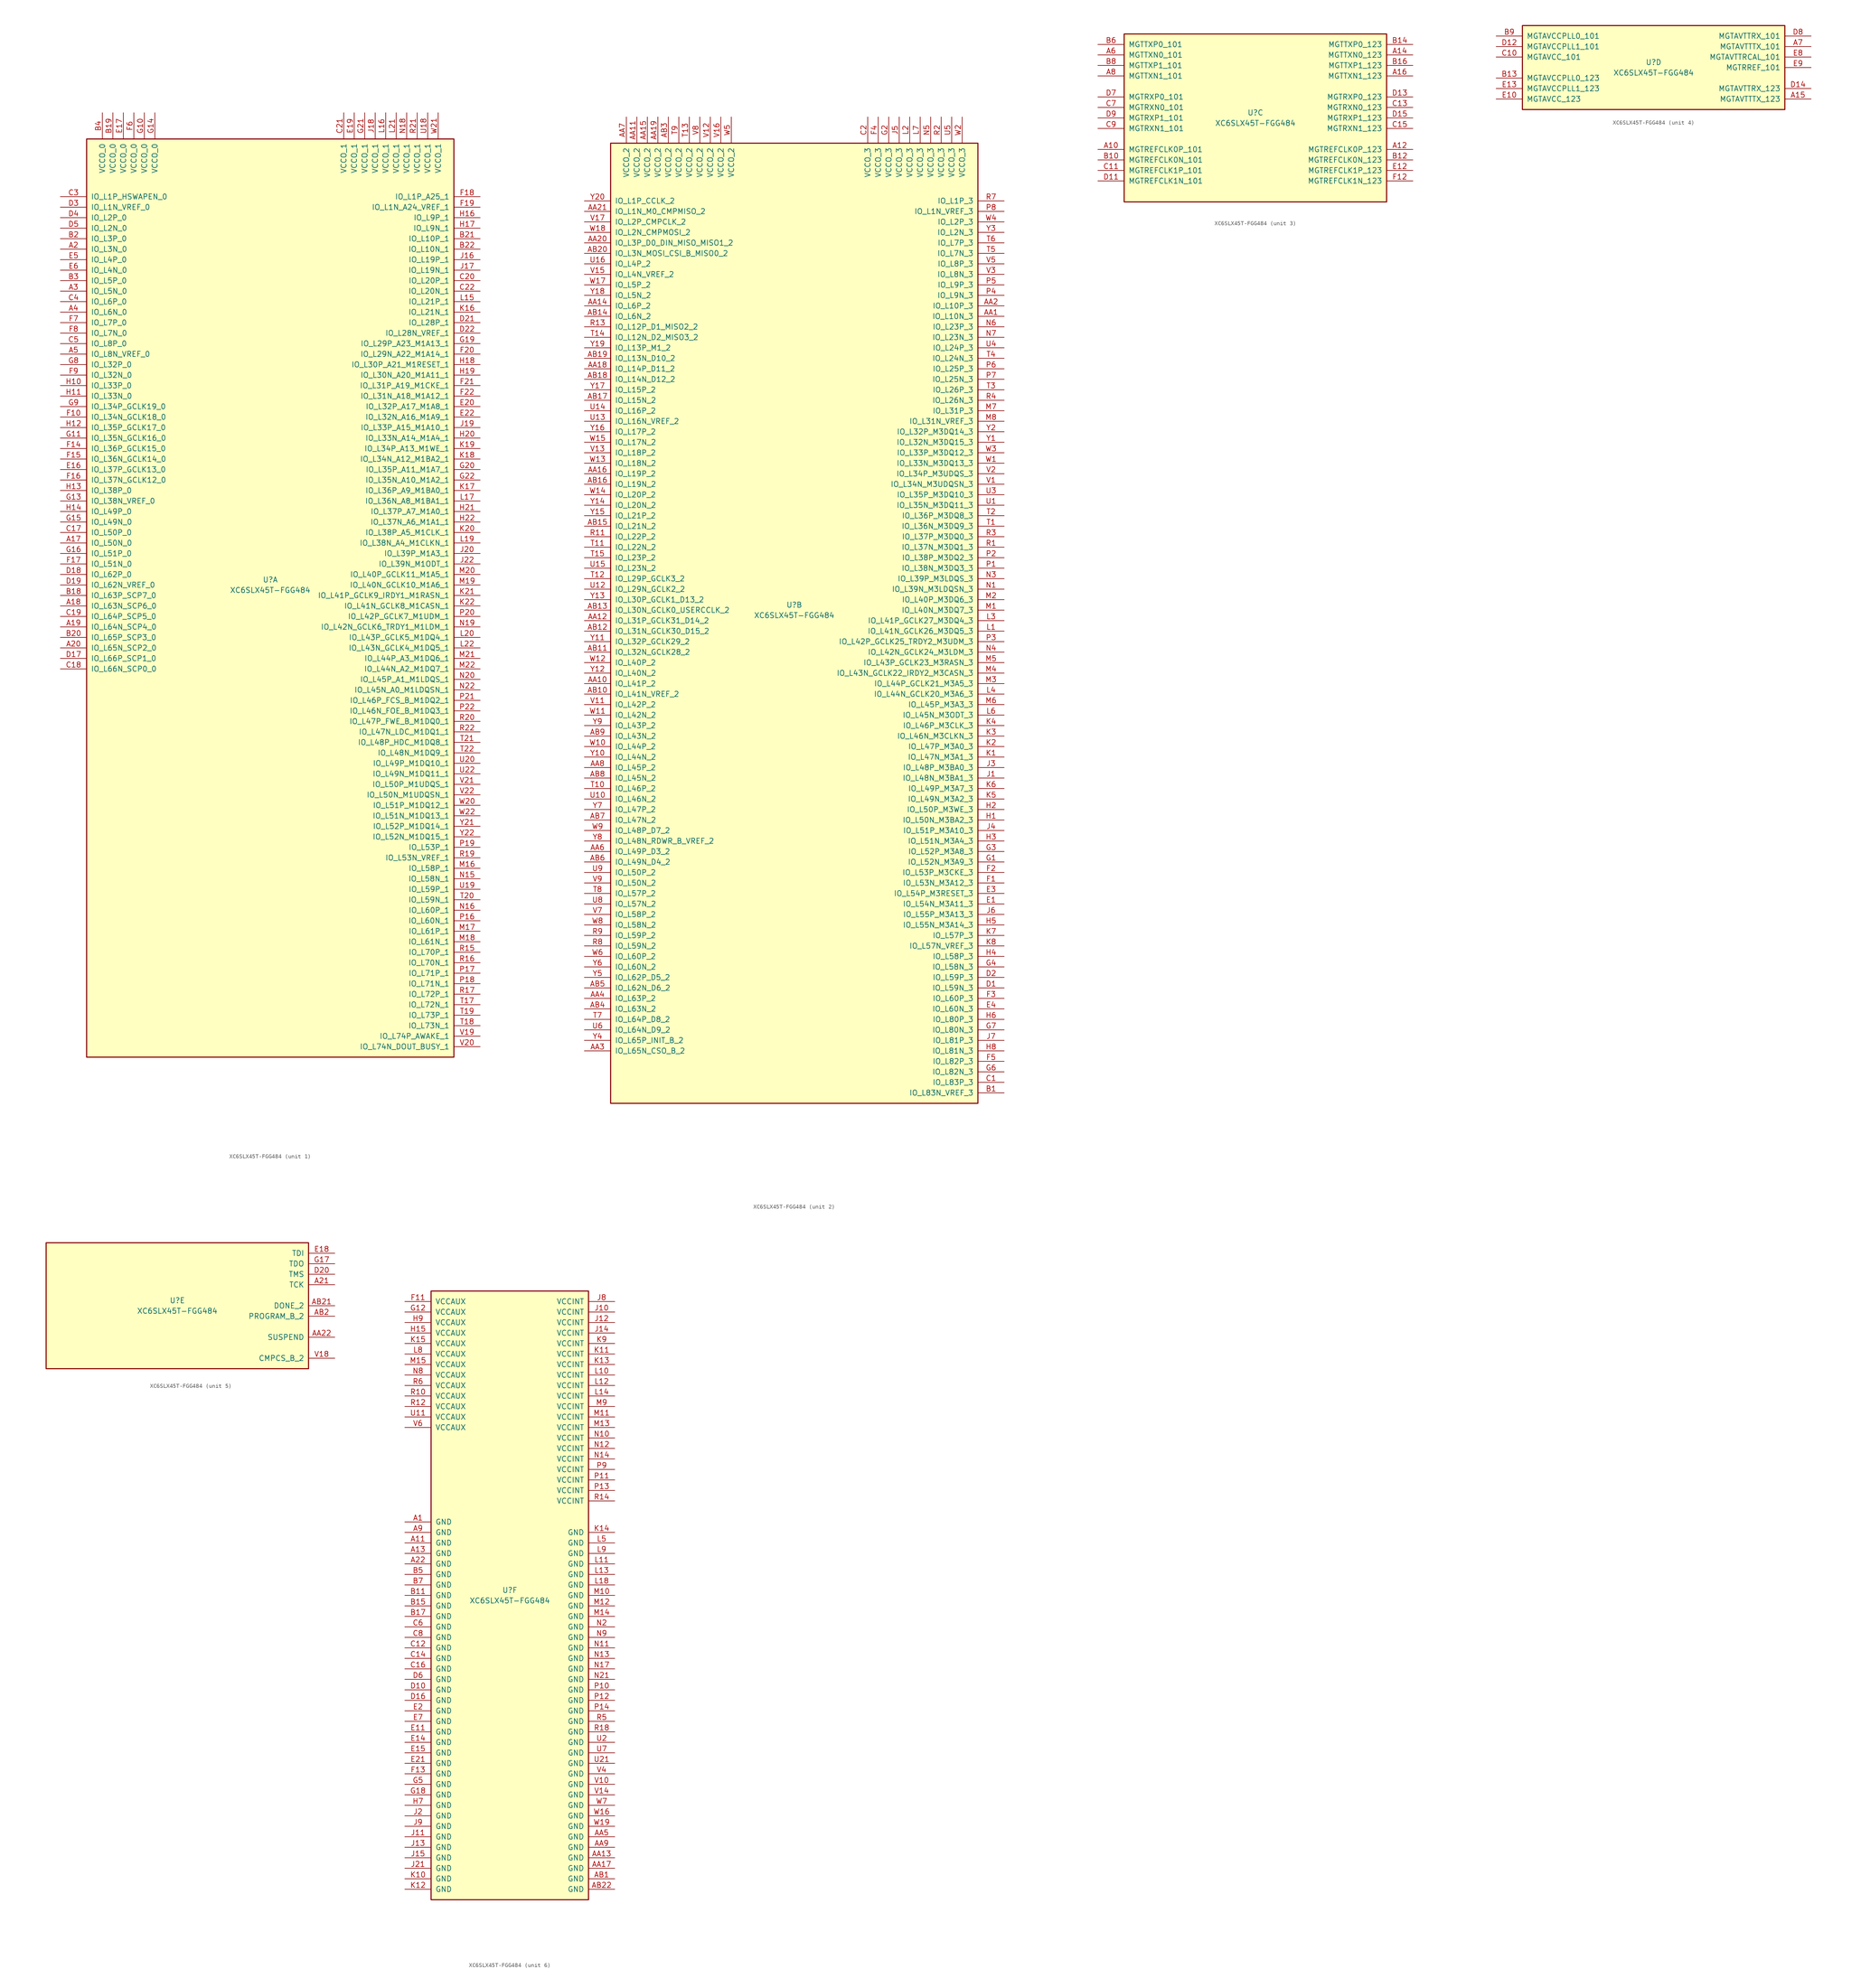
<source format=kicad_sym>
(kicad_symbol_lib
  (version 20201005)
  (generator kicad_symbol_editor)
  (symbol "XC6SLX45T-FGG484"
    (pin_names
      (offset 1.016))
    (property "Reference" "U"
      (at 0 1.27 0)
      (effects (font (size 1.27 1.27))))
    (property "Value" "XC6SLX45T-FGG484"
      (at 0 -1.27 0)
      (effects (font (size 1.27 1.27))))
    (property "Datasheet" ""
      (at 0 0 0)
      (effects (font (size 1.27 1.27))))
    (property "ki_locked" ""
      (at 0 0 0)
      (effects (font (size 1.27 1.27))))
    (symbol "XC6SLX45T-FGG484_1_1"
      (rectangle (start -44.45 107.95) (end 44.45 -114.3) (stroke (width 0.254)) (fill (type background)))
      (pin power_in line (at -40.64 114.3 270) (length 6.35) (name "VCCO_0" (effects (font (size 1.27 1.27)))) (number "B4" (effects (font (size 1.27 1.27)))))
      (pin power_in line (at -38.1 114.3 270) (length 6.35) (name "VCCO_0" (effects (font (size 1.27 1.27)))) (number "B19" (effects (font (size 1.27 1.27)))))
      (pin power_in line (at -35.56 114.3 270) (length 6.35) (name "VCCO_0" (effects (font (size 1.27 1.27)))) (number "E17" (effects (font (size 1.27 1.27)))))
      (pin power_in line (at -33.02 114.3 270) (length 6.35) (name "VCCO_0" (effects (font (size 1.27 1.27)))) (number "F6" (effects (font (size 1.27 1.27)))))
      (pin power_in line (at -30.48 114.3 270) (length 6.35) (name "VCCO_0" (effects (font (size 1.27 1.27)))) (number "G10" (effects (font (size 1.27 1.27)))))
      (pin power_in line (at -27.94 114.3 270) (length 6.35) (name "VCCO_0" (effects (font (size 1.27 1.27)))) (number "G14" (effects (font (size 1.27 1.27)))))
      (pin bidirectional line (at -50.8 93.98 0) (length 6.35) (name "IO_L1P_HSWAPEN_0" (effects (font (size 1.27 1.27)))) (number "C3" (effects (font (size 1.27 1.27)))))
      (pin bidirectional line (at -50.8 91.44 0) (length 6.35) (name "IO_L1N_VREF_0" (effects (font (size 1.27 1.27)))) (number "D3" (effects (font (size 1.27 1.27)))))
      (pin bidirectional line (at -50.8 88.9 0) (length 6.35) (name "IO_L2P_0" (effects (font (size 1.27 1.27)))) (number "D4" (effects (font (size 1.27 1.27)))))
      (pin bidirectional line (at -50.8 86.36 0) (length 6.35) (name "IO_L2N_0" (effects (font (size 1.27 1.27)))) (number "D5" (effects (font (size 1.27 1.27)))))
      (pin bidirectional line (at -50.8 83.82 0) (length 6.35) (name "IO_L3P_0" (effects (font (size 1.27 1.27)))) (number "B2" (effects (font (size 1.27 1.27)))))
      (pin bidirectional line (at -50.8 81.28 0) (length 6.35) (name "IO_L3N_0" (effects (font (size 1.27 1.27)))) (number "A2" (effects (font (size 1.27 1.27)))))
      (pin bidirectional line (at -50.8 78.74 0) (length 6.35) (name "IO_L4P_0" (effects (font (size 1.27 1.27)))) (number "E5" (effects (font (size 1.27 1.27)))))
      (pin bidirectional line (at -50.8 76.2 0) (length 6.35) (name "IO_L4N_0" (effects (font (size 1.27 1.27)))) (number "E6" (effects (font (size 1.27 1.27)))))
      (pin bidirectional line (at -50.8 73.66 0) (length 6.35) (name "IO_L5P_0" (effects (font (size 1.27 1.27)))) (number "B3" (effects (font (size 1.27 1.27)))))
      (pin bidirectional line (at -50.8 71.12 0) (length 6.35) (name "IO_L5N_0" (effects (font (size 1.27 1.27)))) (number "A3" (effects (font (size 1.27 1.27)))))
      (pin bidirectional line (at -50.8 68.58 0) (length 6.35) (name "IO_L6P_0" (effects (font (size 1.27 1.27)))) (number "C4" (effects (font (size 1.27 1.27)))))
      (pin bidirectional line (at -50.8 66.04 0) (length 6.35) (name "IO_L6N_0" (effects (font (size 1.27 1.27)))) (number "A4" (effects (font (size 1.27 1.27)))))
      (pin bidirectional line (at -50.8 63.5 0) (length 6.35) (name "IO_L7P_0" (effects (font (size 1.27 1.27)))) (number "F7" (effects (font (size 1.27 1.27)))))
      (pin bidirectional line (at -50.8 60.96 0) (length 6.35) (name "IO_L7N_0" (effects (font (size 1.27 1.27)))) (number "F8" (effects (font (size 1.27 1.27)))))
      (pin bidirectional line (at -50.8 58.42 0) (length 6.35) (name "IO_L8P_0" (effects (font (size 1.27 1.27)))) (number "C5" (effects (font (size 1.27 1.27)))))
      (pin bidirectional line (at -50.8 55.88 0) (length 6.35) (name "IO_L8N_VREF_0" (effects (font (size 1.27 1.27)))) (number "A5" (effects (font (size 1.27 1.27)))))
      (pin bidirectional line (at -50.8 53.34 0) (length 6.35) (name "IO_L32P_0" (effects (font (size 1.27 1.27)))) (number "G8" (effects (font (size 1.27 1.27)))))
      (pin bidirectional line (at -50.8 50.8 0) (length 6.35) (name "IO_L32N_0" (effects (font (size 1.27 1.27)))) (number "F9" (effects (font (size 1.27 1.27)))))
      (pin bidirectional line (at -50.8 48.26 0) (length 6.35) (name "IO_L33P_0" (effects (font (size 1.27 1.27)))) (number "H10" (effects (font (size 1.27 1.27)))))
      (pin bidirectional line (at -50.8 45.72 0) (length 6.35) (name "IO_L33N_0" (effects (font (size 1.27 1.27)))) (number "H11" (effects (font (size 1.27 1.27)))))
      (pin bidirectional line (at -50.8 43.18 0) (length 6.35) (name "IO_L34P_GCLK19_0" (effects (font (size 1.27 1.27)))) (number "G9" (effects (font (size 1.27 1.27)))))
      (pin bidirectional line (at -50.8 40.64 0) (length 6.35) (name "IO_L34N_GCLK18_0" (effects (font (size 1.27 1.27)))) (number "F10" (effects (font (size 1.27 1.27)))))
      (pin bidirectional line (at -50.8 38.1 0) (length 6.35) (name "IO_L35P_GCLK17_0" (effects (font (size 1.27 1.27)))) (number "H12" (effects (font (size 1.27 1.27)))))
      (pin bidirectional line (at -50.8 35.56 0) (length 6.35) (name "IO_L35N_GCLK16_0" (effects (font (size 1.27 1.27)))) (number "G11" (effects (font (size 1.27 1.27)))))
      (pin bidirectional line (at -50.8 33.02 0) (length 6.35) (name "IO_L36P_GCLK15_0" (effects (font (size 1.27 1.27)))) (number "F14" (effects (font (size 1.27 1.27)))))
      (pin bidirectional line (at -50.8 30.48 0) (length 6.35) (name "IO_L36N_GCLK14_0" (effects (font (size 1.27 1.27)))) (number "F15" (effects (font (size 1.27 1.27)))))
      (pin bidirectional line (at -50.8 27.94 0) (length 6.35) (name "IO_L37P_GCLK13_0" (effects (font (size 1.27 1.27)))) (number "E16" (effects (font (size 1.27 1.27)))))
      (pin bidirectional line (at -50.8 25.4 0) (length 6.35) (name "IO_L37N_GCLK12_0" (effects (font (size 1.27 1.27)))) (number "F16" (effects (font (size 1.27 1.27)))))
      (pin bidirectional line (at -50.8 22.86 0) (length 6.35) (name "IO_L38P_0" (effects (font (size 1.27 1.27)))) (number "H13" (effects (font (size 1.27 1.27)))))
      (pin bidirectional line (at -50.8 20.32 0) (length 6.35) (name "IO_L38N_VREF_0" (effects (font (size 1.27 1.27)))) (number "G13" (effects (font (size 1.27 1.27)))))
      (pin bidirectional line (at -50.8 17.78 0) (length 6.35) (name "IO_L49P_0" (effects (font (size 1.27 1.27)))) (number "H14" (effects (font (size 1.27 1.27)))))
      (pin bidirectional line (at -50.8 15.24 0) (length 6.35) (name "IO_L49N_0" (effects (font (size 1.27 1.27)))) (number "G15" (effects (font (size 1.27 1.27)))))
      (pin bidirectional line (at -50.8 12.7 0) (length 6.35) (name "IO_L50P_0" (effects (font (size 1.27 1.27)))) (number "C17" (effects (font (size 1.27 1.27)))))
      (pin bidirectional line (at -50.8 10.16 0) (length 6.35) (name "IO_L50N_0" (effects (font (size 1.27 1.27)))) (number "A17" (effects (font (size 1.27 1.27)))))
      (pin bidirectional line (at -50.8 7.62 0) (length 6.35) (name "IO_L51P_0" (effects (font (size 1.27 1.27)))) (number "G16" (effects (font (size 1.27 1.27)))))
      (pin bidirectional line (at -50.8 5.08 0) (length 6.35) (name "IO_L51N_0" (effects (font (size 1.27 1.27)))) (number "F17" (effects (font (size 1.27 1.27)))))
      (pin bidirectional line (at -50.8 2.54 0) (length 6.35) (name "IO_L62P_0" (effects (font (size 1.27 1.27)))) (number "D18" (effects (font (size 1.27 1.27)))))
      (pin bidirectional line (at -50.8 0 0) (length 6.35) (name "IO_L62N_VREF_0" (effects (font (size 1.27 1.27)))) (number "D19" (effects (font (size 1.27 1.27)))))
      (pin bidirectional line (at -50.8 -2.54 0) (length 6.35) (name "IO_L63P_SCP7_0" (effects (font (size 1.27 1.27)))) (number "B18" (effects (font (size 1.27 1.27)))))
      (pin bidirectional line (at -50.8 -5.08 0) (length 6.35) (name "IO_L63N_SCP6_0" (effects (font (size 1.27 1.27)))) (number "A18" (effects (font (size 1.27 1.27)))))
      (pin bidirectional line (at -50.8 -7.62 0) (length 6.35) (name "IO_L64P_SCP5_0" (effects (font (size 1.27 1.27)))) (number "C19" (effects (font (size 1.27 1.27)))))
      (pin bidirectional line (at -50.8 -10.16 0) (length 6.35) (name "IO_L64N_SCP4_0" (effects (font (size 1.27 1.27)))) (number "A19" (effects (font (size 1.27 1.27)))))
      (pin bidirectional line (at -50.8 -12.7 0) (length 6.35) (name "IO_L65P_SCP3_0" (effects (font (size 1.27 1.27)))) (number "B20" (effects (font (size 1.27 1.27)))))
      (pin bidirectional line (at -50.8 -15.24 0) (length 6.35) (name "IO_L65N_SCP2_0" (effects (font (size 1.27 1.27)))) (number "A20" (effects (font (size 1.27 1.27)))))
      (pin bidirectional line (at -50.8 -17.78 0) (length 6.35) (name "IO_L66P_SCP1_0" (effects (font (size 1.27 1.27)))) (number "D17" (effects (font (size 1.27 1.27)))))
      (pin bidirectional line (at -50.8 -20.32 0) (length 6.35) (name "IO_L66N_SCP0_0" (effects (font (size 1.27 1.27)))) (number "C18" (effects (font (size 1.27 1.27)))))
      (pin power_in line (at 17.78 114.3 270) (length 6.35) (name "VCCO_1" (effects (font (size 1.27 1.27)))) (number "C21" (effects (font (size 1.27 1.27)))))
      (pin power_in line (at 20.32 114.3 270) (length 6.35) (name "VCCO_1" (effects (font (size 1.27 1.27)))) (number "E19" (effects (font (size 1.27 1.27)))))
      (pin power_in line (at 22.86 114.3 270) (length 6.35) (name "VCCO_1" (effects (font (size 1.27 1.27)))) (number "G21" (effects (font (size 1.27 1.27)))))
      (pin power_in line (at 25.4 114.3 270) (length 6.35) (name "VCCO_1" (effects (font (size 1.27 1.27)))) (number "J18" (effects (font (size 1.27 1.27)))))
      (pin power_in line (at 27.94 114.3 270) (length 6.35) (name "VCCO_1" (effects (font (size 1.27 1.27)))) (number "L16" (effects (font (size 1.27 1.27)))))
      (pin power_in line (at 30.48 114.3 270) (length 6.35) (name "VCCO_1" (effects (font (size 1.27 1.27)))) (number "L21" (effects (font (size 1.27 1.27)))))
      (pin power_in line (at 33.02 114.3 270) (length 6.35) (name "VCCO_1" (effects (font (size 1.27 1.27)))) (number "N18" (effects (font (size 1.27 1.27)))))
      (pin power_in line (at 35.56 114.3 270) (length 6.35) (name "VCCO_1" (effects (font (size 1.27 1.27)))) (number "R21" (effects (font (size 1.27 1.27)))))
      (pin power_in line (at 38.1 114.3 270) (length 6.35) (name "VCCO_1" (effects (font (size 1.27 1.27)))) (number "U18" (effects (font (size 1.27 1.27)))))
      (pin power_in line (at 40.64 114.3 270) (length 6.35) (name "VCCO_1" (effects (font (size 1.27 1.27)))) (number "W21" (effects (font (size 1.27 1.27)))))
      (pin bidirectional line (at 50.8 93.98 180) (length 6.35) (name "IO_L1P_A25_1" (effects (font (size 1.27 1.27)))) (number "F18" (effects (font (size 1.27 1.27)))))
      (pin bidirectional line (at 50.8 91.44 180) (length 6.35) (name "IO_L1N_A24_VREF_1" (effects (font (size 1.27 1.27)))) (number "F19" (effects (font (size 1.27 1.27)))))
      (pin bidirectional line (at 50.8 88.9 180) (length 6.35) (name "IO_L9P_1" (effects (font (size 1.27 1.27)))) (number "H16" (effects (font (size 1.27 1.27)))))
      (pin bidirectional line (at 50.8 86.36 180) (length 6.35) (name "IO_L9N_1" (effects (font (size 1.27 1.27)))) (number "H17" (effects (font (size 1.27 1.27)))))
      (pin bidirectional line (at 50.8 83.82 180) (length 6.35) (name "IO_L10P_1" (effects (font (size 1.27 1.27)))) (number "B21" (effects (font (size 1.27 1.27)))))
      (pin bidirectional line (at 50.8 81.28 180) (length 6.35) (name "IO_L10N_1" (effects (font (size 1.27 1.27)))) (number "B22" (effects (font (size 1.27 1.27)))))
      (pin bidirectional line (at 50.8 78.74 180) (length 6.35) (name "IO_L19P_1" (effects (font (size 1.27 1.27)))) (number "J16" (effects (font (size 1.27 1.27)))))
      (pin bidirectional line (at 50.8 76.2 180) (length 6.35) (name "IO_L19N_1" (effects (font (size 1.27 1.27)))) (number "J17" (effects (font (size 1.27 1.27)))))
      (pin bidirectional line (at 50.8 73.66 180) (length 6.35) (name "IO_L20P_1" (effects (font (size 1.27 1.27)))) (number "C20" (effects (font (size 1.27 1.27)))))
      (pin bidirectional line (at 50.8 71.12 180) (length 6.35) (name "IO_L20N_1" (effects (font (size 1.27 1.27)))) (number "C22" (effects (font (size 1.27 1.27)))))
      (pin bidirectional line (at 50.8 68.58 180) (length 6.35) (name "IO_L21P_1" (effects (font (size 1.27 1.27)))) (number "L15" (effects (font (size 1.27 1.27)))))
      (pin bidirectional line (at 50.8 66.04 180) (length 6.35) (name "IO_L21N_1" (effects (font (size 1.27 1.27)))) (number "K16" (effects (font (size 1.27 1.27)))))
      (pin bidirectional line (at 50.8 63.5 180) (length 6.35) (name "IO_L28P_1" (effects (font (size 1.27 1.27)))) (number "D21" (effects (font (size 1.27 1.27)))))
      (pin bidirectional line (at 50.8 60.96 180) (length 6.35) (name "IO_L28N_VREF_1" (effects (font (size 1.27 1.27)))) (number "D22" (effects (font (size 1.27 1.27)))))
      (pin bidirectional line (at 50.8 58.42 180) (length 6.35) (name "IO_L29P_A23_M1A13_1" (effects (font (size 1.27 1.27)))) (number "G19" (effects (font (size 1.27 1.27)))))
      (pin bidirectional line (at 50.8 55.88 180) (length 6.35) (name "IO_L29N_A22_M1A14_1" (effects (font (size 1.27 1.27)))) (number "F20" (effects (font (size 1.27 1.27)))))
      (pin bidirectional line (at 50.8 53.34 180) (length 6.35) (name "IO_L30P_A21_M1RESET_1" (effects (font (size 1.27 1.27)))) (number "H18" (effects (font (size 1.27 1.27)))))
      (pin bidirectional line (at 50.8 50.8 180) (length 6.35) (name "IO_L30N_A20_M1A11_1" (effects (font (size 1.27 1.27)))) (number "H19" (effects (font (size 1.27 1.27)))))
      (pin bidirectional line (at 50.8 48.26 180) (length 6.35) (name "IO_L31P_A19_M1CKE_1" (effects (font (size 1.27 1.27)))) (number "F21" (effects (font (size 1.27 1.27)))))
      (pin bidirectional line (at 50.8 45.72 180) (length 6.35) (name "IO_L31N_A18_M1A12_1" (effects (font (size 1.27 1.27)))) (number "F22" (effects (font (size 1.27 1.27)))))
      (pin bidirectional line (at 50.8 43.18 180) (length 6.35) (name "IO_L32P_A17_M1A8_1" (effects (font (size 1.27 1.27)))) (number "E20" (effects (font (size 1.27 1.27)))))
      (pin bidirectional line (at 50.8 40.64 180) (length 6.35) (name "IO_L32N_A16_M1A9_1" (effects (font (size 1.27 1.27)))) (number "E22" (effects (font (size 1.27 1.27)))))
      (pin bidirectional line (at 50.8 38.1 180) (length 6.35) (name "IO_L33P_A15_M1A10_1" (effects (font (size 1.27 1.27)))) (number "J19" (effects (font (size 1.27 1.27)))))
      (pin bidirectional line (at 50.8 35.56 180) (length 6.35) (name "IO_L33N_A14_M1A4_1" (effects (font (size 1.27 1.27)))) (number "H20" (effects (font (size 1.27 1.27)))))
      (pin bidirectional line (at 50.8 33.02 180) (length 6.35) (name "IO_L34P_A13_M1WE_1" (effects (font (size 1.27 1.27)))) (number "K19" (effects (font (size 1.27 1.27)))))
      (pin bidirectional line (at 50.8 30.48 180) (length 6.35) (name "IO_L34N_A12_M1BA2_1" (effects (font (size 1.27 1.27)))) (number "K18" (effects (font (size 1.27 1.27)))))
      (pin bidirectional line (at 50.8 27.94 180) (length 6.35) (name "IO_L35P_A11_M1A7_1" (effects (font (size 1.27 1.27)))) (number "G20" (effects (font (size 1.27 1.27)))))
      (pin bidirectional line (at 50.8 25.4 180) (length 6.35) (name "IO_L35N_A10_M1A2_1" (effects (font (size 1.27 1.27)))) (number "G22" (effects (font (size 1.27 1.27)))))
      (pin bidirectional line (at 50.8 22.86 180) (length 6.35) (name "IO_L36P_A9_M1BA0_1" (effects (font (size 1.27 1.27)))) (number "K17" (effects (font (size 1.27 1.27)))))
      (pin bidirectional line (at 50.8 20.32 180) (length 6.35) (name "IO_L36N_A8_M1BA1_1" (effects (font (size 1.27 1.27)))) (number "L17" (effects (font (size 1.27 1.27)))))
      (pin bidirectional line (at 50.8 17.78 180) (length 6.35) (name "IO_L37P_A7_M1A0_1" (effects (font (size 1.27 1.27)))) (number "H21" (effects (font (size 1.27 1.27)))))
      (pin bidirectional line (at 50.8 15.24 180) (length 6.35) (name "IO_L37N_A6_M1A1_1" (effects (font (size 1.27 1.27)))) (number "H22" (effects (font (size 1.27 1.27)))))
      (pin bidirectional line (at 50.8 12.7 180) (length 6.35) (name "IO_L38P_A5_M1CLK_1" (effects (font (size 1.27 1.27)))) (number "K20" (effects (font (size 1.27 1.27)))))
      (pin bidirectional line (at 50.8 10.16 180) (length 6.35) (name "IO_L38N_A4_M1CLKN_1" (effects (font (size 1.27 1.27)))) (number "L19" (effects (font (size 1.27 1.27)))))
      (pin bidirectional line (at 50.8 7.62 180) (length 6.35) (name "IO_L39P_M1A3_1" (effects (font (size 1.27 1.27)))) (number "J20" (effects (font (size 1.27 1.27)))))
      (pin bidirectional line (at 50.8 5.08 180) (length 6.35) (name "IO_L39N_M1ODT_1" (effects (font (size 1.27 1.27)))) (number "J22" (effects (font (size 1.27 1.27)))))
      (pin bidirectional line (at 50.8 2.54 180) (length 6.35) (name "IO_L40P_GCLK11_M1A5_1" (effects (font (size 1.27 1.27)))) (number "M20" (effects (font (size 1.27 1.27)))))
      (pin bidirectional line (at 50.8 0 180) (length 6.35) (name "IO_L40N_GCLK10_M1A6_1" (effects (font (size 1.27 1.27)))) (number "M19" (effects (font (size 1.27 1.27)))))
      (pin bidirectional line (at 50.8 -2.54 180) (length 6.35) (name "IO_L41P_GCLK9_IRDY1_M1RASN_1" (effects (font (size 1.27 1.27)))) (number "K21" (effects (font (size 1.27 1.27)))))
      (pin bidirectional line (at 50.8 -5.08 180) (length 6.35) (name "IO_L41N_GCLK8_M1CASN_1" (effects (font (size 1.27 1.27)))) (number "K22" (effects (font (size 1.27 1.27)))))
      (pin bidirectional line (at 50.8 -7.62 180) (length 6.35) (name "IO_L42P_GCLK7_M1UDM_1" (effects (font (size 1.27 1.27)))) (number "P20" (effects (font (size 1.27 1.27)))))
      (pin bidirectional line (at 50.8 -10.16 180) (length 6.35) (name "IO_L42N_GCLK6_TRDY1_M1LDM_1" (effects (font (size 1.27 1.27)))) (number "N19" (effects (font (size 1.27 1.27)))))
      (pin bidirectional line (at 50.8 -12.7 180) (length 6.35) (name "IO_L43P_GCLK5_M1DQ4_1" (effects (font (size 1.27 1.27)))) (number "L20" (effects (font (size 1.27 1.27)))))
      (pin bidirectional line (at 50.8 -15.24 180) (length 6.35) (name "IO_L43N_GCLK4_M1DQ5_1" (effects (font (size 1.27 1.27)))) (number "L22" (effects (font (size 1.27 1.27)))))
      (pin bidirectional line (at 50.8 -17.78 180) (length 6.35) (name "IO_L44P_A3_M1DQ6_1" (effects (font (size 1.27 1.27)))) (number "M21" (effects (font (size 1.27 1.27)))))
      (pin bidirectional line (at 50.8 -20.32 180) (length 6.35) (name "IO_L44N_A2_M1DQ7_1" (effects (font (size 1.27 1.27)))) (number "M22" (effects (font (size 1.27 1.27)))))
      (pin bidirectional line (at 50.8 -22.86 180) (length 6.35) (name "IO_L45P_A1_M1LDQS_1" (effects (font (size 1.27 1.27)))) (number "N20" (effects (font (size 1.27 1.27)))))
      (pin bidirectional line (at 50.8 -25.4 180) (length 6.35) (name "IO_L45N_A0_M1LDQSN_1" (effects (font (size 1.27 1.27)))) (number "N22" (effects (font (size 1.27 1.27)))))
      (pin bidirectional line (at 50.8 -27.94 180) (length 6.35) (name "IO_L46P_FCS_B_M1DQ2_1" (effects (font (size 1.27 1.27)))) (number "P21" (effects (font (size 1.27 1.27)))))
      (pin bidirectional line (at 50.8 -30.48 180) (length 6.35) (name "IO_L46N_FOE_B_M1DQ3_1" (effects (font (size 1.27 1.27)))) (number "P22" (effects (font (size 1.27 1.27)))))
      (pin bidirectional line (at 50.8 -33.02 180) (length 6.35) (name "IO_L47P_FWE_B_M1DQ0_1" (effects (font (size 1.27 1.27)))) (number "R20" (effects (font (size 1.27 1.27)))))
      (pin bidirectional line (at 50.8 -35.56 180) (length 6.35) (name "IO_L47N_LDC_M1DQ1_1" (effects (font (size 1.27 1.27)))) (number "R22" (effects (font (size 1.27 1.27)))))
      (pin bidirectional line (at 50.8 -38.1 180) (length 6.35) (name "IO_L48P_HDC_M1DQ8_1" (effects (font (size 1.27 1.27)))) (number "T21" (effects (font (size 1.27 1.27)))))
      (pin bidirectional line (at 50.8 -40.64 180) (length 6.35) (name "IO_L48N_M1DQ9_1" (effects (font (size 1.27 1.27)))) (number "T22" (effects (font (size 1.27 1.27)))))
      (pin bidirectional line (at 50.8 -43.18 180) (length 6.35) (name "IO_L49P_M1DQ10_1" (effects (font (size 1.27 1.27)))) (number "U20" (effects (font (size 1.27 1.27)))))
      (pin bidirectional line (at 50.8 -45.72 180) (length 6.35) (name "IO_L49N_M1DQ11_1" (effects (font (size 1.27 1.27)))) (number "U22" (effects (font (size 1.27 1.27)))))
      (pin bidirectional line (at 50.8 -48.26 180) (length 6.35) (name "IO_L50P_M1UDQS_1" (effects (font (size 1.27 1.27)))) (number "V21" (effects (font (size 1.27 1.27)))))
      (pin bidirectional line (at 50.8 -50.8 180) (length 6.35) (name "IO_L50N_M1UDQSN_1" (effects (font (size 1.27 1.27)))) (number "V22" (effects (font (size 1.27 1.27)))))
      (pin bidirectional line (at 50.8 -53.34 180) (length 6.35) (name "IO_L51P_M1DQ12_1" (effects (font (size 1.27 1.27)))) (number "W20" (effects (font (size 1.27 1.27)))))
      (pin bidirectional line (at 50.8 -55.88 180) (length 6.35) (name "IO_L51N_M1DQ13_1" (effects (font (size 1.27 1.27)))) (number "W22" (effects (font (size 1.27 1.27)))))
      (pin bidirectional line (at 50.8 -58.42 180) (length 6.35) (name "IO_L52P_M1DQ14_1" (effects (font (size 1.27 1.27)))) (number "Y21" (effects (font (size 1.27 1.27)))))
      (pin bidirectional line (at 50.8 -60.96 180) (length 6.35) (name "IO_L52N_M1DQ15_1" (effects (font (size 1.27 1.27)))) (number "Y22" (effects (font (size 1.27 1.27)))))
      (pin bidirectional line (at 50.8 -63.5 180) (length 6.35) (name "IO_L53P_1" (effects (font (size 1.27 1.27)))) (number "P19" (effects (font (size 1.27 1.27)))))
      (pin bidirectional line (at 50.8 -66.04 180) (length 6.35) (name "IO_L53N_VREF_1" (effects (font (size 1.27 1.27)))) (number "R19" (effects (font (size 1.27 1.27)))))
      (pin bidirectional line (at 50.8 -68.58 180) (length 6.35) (name "IO_L58P_1" (effects (font (size 1.27 1.27)))) (number "M16" (effects (font (size 1.27 1.27)))))
      (pin bidirectional line (at 50.8 -71.12 180) (length 6.35) (name "IO_L58N_1" (effects (font (size 1.27 1.27)))) (number "N15" (effects (font (size 1.27 1.27)))))
      (pin bidirectional line (at 50.8 -73.66 180) (length 6.35) (name "IO_L59P_1" (effects (font (size 1.27 1.27)))) (number "U19" (effects (font (size 1.27 1.27)))))
      (pin bidirectional line (at 50.8 -76.2 180) (length 6.35) (name "IO_L59N_1" (effects (font (size 1.27 1.27)))) (number "T20" (effects (font (size 1.27 1.27)))))
      (pin bidirectional line (at 50.8 -78.74 180) (length 6.35) (name "IO_L60P_1" (effects (font (size 1.27 1.27)))) (number "N16" (effects (font (size 1.27 1.27)))))
      (pin bidirectional line (at 50.8 -81.28 180) (length 6.35) (name "IO_L60N_1" (effects (font (size 1.27 1.27)))) (number "P16" (effects (font (size 1.27 1.27)))))
      (pin bidirectional line (at 50.8 -83.82 180) (length 6.35) (name "IO_L61P_1" (effects (font (size 1.27 1.27)))) (number "M17" (effects (font (size 1.27 1.27)))))
      (pin bidirectional line (at 50.8 -86.36 180) (length 6.35) (name "IO_L61N_1" (effects (font (size 1.27 1.27)))) (number "M18" (effects (font (size 1.27 1.27)))))
      (pin bidirectional line (at 50.8 -88.9 180) (length 6.35) (name "IO_L70P_1" (effects (font (size 1.27 1.27)))) (number "R15" (effects (font (size 1.27 1.27)))))
      (pin bidirectional line (at 50.8 -91.44 180) (length 6.35) (name "IO_L70N_1" (effects (font (size 1.27 1.27)))) (number "R16" (effects (font (size 1.27 1.27)))))
      (pin bidirectional line (at 50.8 -93.98 180) (length 6.35) (name "IO_L71P_1" (effects (font (size 1.27 1.27)))) (number "P17" (effects (font (size 1.27 1.27)))))
      (pin bidirectional line (at 50.8 -96.52 180) (length 6.35) (name "IO_L71N_1" (effects (font (size 1.27 1.27)))) (number "P18" (effects (font (size 1.27 1.27)))))
      (pin bidirectional line (at 50.8 -99.06 180) (length 6.35) (name "IO_L72P_1" (effects (font (size 1.27 1.27)))) (number "R17" (effects (font (size 1.27 1.27)))))
      (pin bidirectional line (at 50.8 -101.6 180) (length 6.35) (name "IO_L72N_1" (effects (font (size 1.27 1.27)))) (number "T17" (effects (font (size 1.27 1.27)))))
      (pin bidirectional line (at 50.8 -104.14 180) (length 6.35) (name "IO_L73P_1" (effects (font (size 1.27 1.27)))) (number "T19" (effects (font (size 1.27 1.27)))))
      (pin bidirectional line (at 50.8 -106.68 180) (length 6.35) (name "IO_L73N_1" (effects (font (size 1.27 1.27)))) (number "T18" (effects (font (size 1.27 1.27)))))
      (pin bidirectional line (at 50.8 -109.22 180) (length 6.35) (name "IO_L74P_AWAKE_1" (effects (font (size 1.27 1.27)))) (number "V19" (effects (font (size 1.27 1.27)))))
      (pin bidirectional line (at 50.8 -111.76 180) (length 6.35) (name "IO_L74N_DOUT_BUSY_1" (effects (font (size 1.27 1.27)))) (number "V20" (effects (font (size 1.27 1.27))))))
    (symbol "XC6SLX45T-FGG484_2_1"
      (rectangle (start -44.45 113.03) (end 44.45 -119.38) (stroke (width 0.254)) (fill (type background)))
      (pin power_in line (at -40.64 119.38 270) (length 6.35) (name "VCCO_2" (effects (font (size 1.27 1.27)))) (number "AA7" (effects (font (size 1.27 1.27)))))
      (pin power_in line (at -38.1 119.38 270) (length 6.35) (name "VCCO_2" (effects (font (size 1.27 1.27)))) (number "AA11" (effects (font (size 1.27 1.27)))))
      (pin power_in line (at -35.56 119.38 270) (length 6.35) (name "VCCO_2" (effects (font (size 1.27 1.27)))) (number "AA15" (effects (font (size 1.27 1.27)))))
      (pin power_in line (at -33.02 119.38 270) (length 6.35) (name "VCCO_2" (effects (font (size 1.27 1.27)))) (number "AA19" (effects (font (size 1.27 1.27)))))
      (pin power_in line (at -30.48 119.38 270) (length 6.35) (name "VCCO_2" (effects (font (size 1.27 1.27)))) (number "AB3" (effects (font (size 1.27 1.27)))))
      (pin power_in line (at -27.94 119.38 270) (length 6.35) (name "VCCO_2" (effects (font (size 1.27 1.27)))) (number "T9" (effects (font (size 1.27 1.27)))))
      (pin power_in line (at -25.4 119.38 270) (length 6.35) (name "VCCO_2" (effects (font (size 1.27 1.27)))) (number "T13" (effects (font (size 1.27 1.27)))))
      (pin power_in line (at -22.86 119.38 270) (length 6.35) (name "VCCO_2" (effects (font (size 1.27 1.27)))) (number "V8" (effects (font (size 1.27 1.27)))))
      (pin power_in line (at -20.32 119.38 270) (length 6.35) (name "VCCO_2" (effects (font (size 1.27 1.27)))) (number "V12" (effects (font (size 1.27 1.27)))))
      (pin power_in line (at -17.78 119.38 270) (length 6.35) (name "VCCO_2" (effects (font (size 1.27 1.27)))) (number "V16" (effects (font (size 1.27 1.27)))))
      (pin power_in line (at -15.24 119.38 270) (length 6.35) (name "VCCO_2" (effects (font (size 1.27 1.27)))) (number "W5" (effects (font (size 1.27 1.27)))))
      (pin bidirectional line (at -50.8 99.06 0) (length 6.35) (name "IO_L1P_CCLK_2" (effects (font (size 1.27 1.27)))) (number "Y20" (effects (font (size 1.27 1.27)))))
      (pin bidirectional line (at -50.8 96.52 0) (length 6.35) (name "IO_L1N_M0_CMPMISO_2" (effects (font (size 1.27 1.27)))) (number "AA21" (effects (font (size 1.27 1.27)))))
      (pin bidirectional line (at -50.8 93.98 0) (length 6.35) (name "IO_L2P_CMPCLK_2" (effects (font (size 1.27 1.27)))) (number "V17" (effects (font (size 1.27 1.27)))))
      (pin bidirectional line (at -50.8 91.44 0) (length 6.35) (name "IO_L2N_CMPMOSI_2" (effects (font (size 1.27 1.27)))) (number "W18" (effects (font (size 1.27 1.27)))))
      (pin bidirectional line (at -50.8 88.9 0) (length 6.35) (name "IO_L3P_D0_DIN_MISO_MISO1_2" (effects (font (size 1.27 1.27)))) (number "AA20" (effects (font (size 1.27 1.27)))))
      (pin bidirectional line (at -50.8 86.36 0) (length 6.35) (name "IO_L3N_MOSI_CSI_B_MISO0_2" (effects (font (size 1.27 1.27)))) (number "AB20" (effects (font (size 1.27 1.27)))))
      (pin bidirectional line (at -50.8 83.82 0) (length 6.35) (name "IO_L4P_2" (effects (font (size 1.27 1.27)))) (number "U16" (effects (font (size 1.27 1.27)))))
      (pin bidirectional line (at -50.8 81.28 0) (length 6.35) (name "IO_L4N_VREF_2" (effects (font (size 1.27 1.27)))) (number "V15" (effects (font (size 1.27 1.27)))))
      (pin bidirectional line (at -50.8 78.74 0) (length 6.35) (name "IO_L5P_2" (effects (font (size 1.27 1.27)))) (number "W17" (effects (font (size 1.27 1.27)))))
      (pin bidirectional line (at -50.8 76.2 0) (length 6.35) (name "IO_L5N_2" (effects (font (size 1.27 1.27)))) (number "Y18" (effects (font (size 1.27 1.27)))))
      (pin bidirectional line (at -50.8 73.66 0) (length 6.35) (name "IO_L6P_2" (effects (font (size 1.27 1.27)))) (number "AA14" (effects (font (size 1.27 1.27)))))
      (pin bidirectional line (at -50.8 71.12 0) (length 6.35) (name "IO_L6N_2" (effects (font (size 1.27 1.27)))) (number "AB14" (effects (font (size 1.27 1.27)))))
      (pin bidirectional line (at -50.8 68.58 0) (length 6.35) (name "IO_L12P_D1_MISO2_2" (effects (font (size 1.27 1.27)))) (number "R13" (effects (font (size 1.27 1.27)))))
      (pin bidirectional line (at -50.8 66.04 0) (length 6.35) (name "IO_L12N_D2_MISO3_2" (effects (font (size 1.27 1.27)))) (number "T14" (effects (font (size 1.27 1.27)))))
      (pin bidirectional line (at -50.8 63.5 0) (length 6.35) (name "IO_L13P_M1_2" (effects (font (size 1.27 1.27)))) (number "Y19" (effects (font (size 1.27 1.27)))))
      (pin bidirectional line (at -50.8 60.96 0) (length 6.35) (name "IO_L13N_D10_2" (effects (font (size 1.27 1.27)))) (number "AB19" (effects (font (size 1.27 1.27)))))
      (pin bidirectional line (at -50.8 58.42 0) (length 6.35) (name "IO_L14P_D11_2" (effects (font (size 1.27 1.27)))) (number "AA18" (effects (font (size 1.27 1.27)))))
      (pin bidirectional line (at -50.8 55.88 0) (length 6.35) (name "IO_L14N_D12_2" (effects (font (size 1.27 1.27)))) (number "AB18" (effects (font (size 1.27 1.27)))))
      (pin bidirectional line (at -50.8 53.34 0) (length 6.35) (name "IO_L15P_2" (effects (font (size 1.27 1.27)))) (number "Y17" (effects (font (size 1.27 1.27)))))
      (pin bidirectional line (at -50.8 50.8 0) (length 6.35) (name "IO_L15N_2" (effects (font (size 1.27 1.27)))) (number "AB17" (effects (font (size 1.27 1.27)))))
      (pin bidirectional line (at -50.8 48.26 0) (length 6.35) (name "IO_L16P_2" (effects (font (size 1.27 1.27)))) (number "U14" (effects (font (size 1.27 1.27)))))
      (pin bidirectional line (at -50.8 45.72 0) (length 6.35) (name "IO_L16N_VREF_2" (effects (font (size 1.27 1.27)))) (number "U13" (effects (font (size 1.27 1.27)))))
      (pin bidirectional line (at -50.8 43.18 0) (length 6.35) (name "IO_L17P_2" (effects (font (size 1.27 1.27)))) (number "Y16" (effects (font (size 1.27 1.27)))))
      (pin bidirectional line (at -50.8 40.64 0) (length 6.35) (name "IO_L17N_2" (effects (font (size 1.27 1.27)))) (number "W15" (effects (font (size 1.27 1.27)))))
      (pin bidirectional line (at -50.8 38.1 0) (length 6.35) (name "IO_L18P_2" (effects (font (size 1.27 1.27)))) (number "V13" (effects (font (size 1.27 1.27)))))
      (pin bidirectional line (at -50.8 35.56 0) (length 6.35) (name "IO_L18N_2" (effects (font (size 1.27 1.27)))) (number "W13" (effects (font (size 1.27 1.27)))))
      (pin bidirectional line (at -50.8 33.02 0) (length 6.35) (name "IO_L19P_2" (effects (font (size 1.27 1.27)))) (number "AA16" (effects (font (size 1.27 1.27)))))
      (pin bidirectional line (at -50.8 30.48 0) (length 6.35) (name "IO_L19N_2" (effects (font (size 1.27 1.27)))) (number "AB16" (effects (font (size 1.27 1.27)))))
      (pin bidirectional line (at -50.8 27.94 0) (length 6.35) (name "IO_L20P_2" (effects (font (size 1.27 1.27)))) (number "W14" (effects (font (size 1.27 1.27)))))
      (pin bidirectional line (at -50.8 25.4 0) (length 6.35) (name "IO_L20N_2" (effects (font (size 1.27 1.27)))) (number "Y14" (effects (font (size 1.27 1.27)))))
      (pin bidirectional line (at -50.8 22.86 0) (length 6.35) (name "IO_L21P_2" (effects (font (size 1.27 1.27)))) (number "Y15" (effects (font (size 1.27 1.27)))))
      (pin bidirectional line (at -50.8 20.32 0) (length 6.35) (name "IO_L21N_2" (effects (font (size 1.27 1.27)))) (number "AB15" (effects (font (size 1.27 1.27)))))
      (pin bidirectional line (at -50.8 17.78 0) (length 6.35) (name "IO_L22P_2" (effects (font (size 1.27 1.27)))) (number "R11" (effects (font (size 1.27 1.27)))))
      (pin bidirectional line (at -50.8 15.24 0) (length 6.35) (name "IO_L22N_2" (effects (font (size 1.27 1.27)))) (number "T11" (effects (font (size 1.27 1.27)))))
      (pin bidirectional line (at -50.8 12.7 0) (length 6.35) (name "IO_L23P_2" (effects (font (size 1.27 1.27)))) (number "T15" (effects (font (size 1.27 1.27)))))
      (pin bidirectional line (at -50.8 10.16 0) (length 6.35) (name "IO_L23N_2" (effects (font (size 1.27 1.27)))) (number "U15" (effects (font (size 1.27 1.27)))))
      (pin bidirectional line (at -50.8 7.62 0) (length 6.35) (name "IO_L29P_GCLK3_2" (effects (font (size 1.27 1.27)))) (number "T12" (effects (font (size 1.27 1.27)))))
      (pin bidirectional line (at -50.8 5.08 0) (length 6.35) (name "IO_L29N_GCLK2_2" (effects (font (size 1.27 1.27)))) (number "U12" (effects (font (size 1.27 1.27)))))
      (pin bidirectional line (at -50.8 2.54 0) (length 6.35) (name "IO_L30P_GCLK1_D13_2" (effects (font (size 1.27 1.27)))) (number "Y13" (effects (font (size 1.27 1.27)))))
      (pin bidirectional line (at -50.8 0 0) (length 6.35) (name "IO_L30N_GCLK0_USERCCLK_2" (effects (font (size 1.27 1.27)))) (number "AB13" (effects (font (size 1.27 1.27)))))
      (pin bidirectional line (at -50.8 -2.54 0) (length 6.35) (name "IO_L31P_GCLK31_D14_2" (effects (font (size 1.27 1.27)))) (number "AA12" (effects (font (size 1.27 1.27)))))
      (pin bidirectional line (at -50.8 -5.08 0) (length 6.35) (name "IO_L31N_GCLK30_D15_2" (effects (font (size 1.27 1.27)))) (number "AB12" (effects (font (size 1.27 1.27)))))
      (pin bidirectional line (at -50.8 -7.62 0) (length 6.35) (name "IO_L32P_GCLK29_2" (effects (font (size 1.27 1.27)))) (number "Y11" (effects (font (size 1.27 1.27)))))
      (pin bidirectional line (at -50.8 -10.16 0) (length 6.35) (name "IO_L32N_GCLK28_2" (effects (font (size 1.27 1.27)))) (number "AB11" (effects (font (size 1.27 1.27)))))
      (pin bidirectional line (at -50.8 -12.7 0) (length 6.35) (name "IO_L40P_2" (effects (font (size 1.27 1.27)))) (number "W12" (effects (font (size 1.27 1.27)))))
      (pin bidirectional line (at -50.8 -15.24 0) (length 6.35) (name "IO_L40N_2" (effects (font (size 1.27 1.27)))) (number "Y12" (effects (font (size 1.27 1.27)))))
      (pin bidirectional line (at -50.8 -17.78 0) (length 6.35) (name "IO_L41P_2" (effects (font (size 1.27 1.27)))) (number "AA10" (effects (font (size 1.27 1.27)))))
      (pin bidirectional line (at -50.8 -20.32 0) (length 6.35) (name "IO_L41N_VREF_2" (effects (font (size 1.27 1.27)))) (number "AB10" (effects (font (size 1.27 1.27)))))
      (pin bidirectional line (at -50.8 -22.86 0) (length 6.35) (name "IO_L42P_2" (effects (font (size 1.27 1.27)))) (number "V11" (effects (font (size 1.27 1.27)))))
      (pin bidirectional line (at -50.8 -25.4 0) (length 6.35) (name "IO_L42N_2" (effects (font (size 1.27 1.27)))) (number "W11" (effects (font (size 1.27 1.27)))))
      (pin bidirectional line (at -50.8 -27.94 0) (length 6.35) (name "IO_L43P_2" (effects (font (size 1.27 1.27)))) (number "Y9" (effects (font (size 1.27 1.27)))))
      (pin bidirectional line (at -50.8 -30.48 0) (length 6.35) (name "IO_L43N_2" (effects (font (size 1.27 1.27)))) (number "AB9" (effects (font (size 1.27 1.27)))))
      (pin bidirectional line (at -50.8 -33.02 0) (length 6.35) (name "IO_L44P_2" (effects (font (size 1.27 1.27)))) (number "W10" (effects (font (size 1.27 1.27)))))
      (pin bidirectional line (at -50.8 -35.56 0) (length 6.35) (name "IO_L44N_2" (effects (font (size 1.27 1.27)))) (number "Y10" (effects (font (size 1.27 1.27)))))
      (pin bidirectional line (at -50.8 -38.1 0) (length 6.35) (name "IO_L45P_2" (effects (font (size 1.27 1.27)))) (number "AA8" (effects (font (size 1.27 1.27)))))
      (pin bidirectional line (at -50.8 -40.64 0) (length 6.35) (name "IO_L45N_2" (effects (font (size 1.27 1.27)))) (number "AB8" (effects (font (size 1.27 1.27)))))
      (pin bidirectional line (at -50.8 -43.18 0) (length 6.35) (name "IO_L46P_2" (effects (font (size 1.27 1.27)))) (number "T10" (effects (font (size 1.27 1.27)))))
      (pin bidirectional line (at -50.8 -45.72 0) (length 6.35) (name "IO_L46N_2" (effects (font (size 1.27 1.27)))) (number "U10" (effects (font (size 1.27 1.27)))))
      (pin bidirectional line (at -50.8 -48.26 0) (length 6.35) (name "IO_L47P_2" (effects (font (size 1.27 1.27)))) (number "Y7" (effects (font (size 1.27 1.27)))))
      (pin bidirectional line (at -50.8 -50.8 0) (length 6.35) (name "IO_L47N_2" (effects (font (size 1.27 1.27)))) (number "AB7" (effects (font (size 1.27 1.27)))))
      (pin bidirectional line (at -50.8 -53.34 0) (length 6.35) (name "IO_L48P_D7_2" (effects (font (size 1.27 1.27)))) (number "W9" (effects (font (size 1.27 1.27)))))
      (pin bidirectional line (at -50.8 -55.88 0) (length 6.35) (name "IO_L48N_RDWR_B_VREF_2" (effects (font (size 1.27 1.27)))) (number "Y8" (effects (font (size 1.27 1.27)))))
      (pin bidirectional line (at -50.8 -58.42 0) (length 6.35) (name "IO_L49P_D3_2" (effects (font (size 1.27 1.27)))) (number "AA6" (effects (font (size 1.27 1.27)))))
      (pin bidirectional line (at -50.8 -60.96 0) (length 6.35) (name "IO_L49N_D4_2" (effects (font (size 1.27 1.27)))) (number "AB6" (effects (font (size 1.27 1.27)))))
      (pin bidirectional line (at -50.8 -63.5 0) (length 6.35) (name "IO_L50P_2" (effects (font (size 1.27 1.27)))) (number "U9" (effects (font (size 1.27 1.27)))))
      (pin bidirectional line (at -50.8 -66.04 0) (length 6.35) (name "IO_L50N_2" (effects (font (size 1.27 1.27)))) (number "V9" (effects (font (size 1.27 1.27)))))
      (pin bidirectional line (at -50.8 -68.58 0) (length 6.35) (name "IO_L57P_2" (effects (font (size 1.27 1.27)))) (number "T8" (effects (font (size 1.27 1.27)))))
      (pin bidirectional line (at -50.8 -71.12 0) (length 6.35) (name "IO_L57N_2" (effects (font (size 1.27 1.27)))) (number "U8" (effects (font (size 1.27 1.27)))))
      (pin bidirectional line (at -50.8 -73.66 0) (length 6.35) (name "IO_L58P_2" (effects (font (size 1.27 1.27)))) (number "V7" (effects (font (size 1.27 1.27)))))
      (pin bidirectional line (at -50.8 -76.2 0) (length 6.35) (name "IO_L58N_2" (effects (font (size 1.27 1.27)))) (number "W8" (effects (font (size 1.27 1.27)))))
      (pin bidirectional line (at -50.8 -78.74 0) (length 6.35) (name "IO_L59P_2" (effects (font (size 1.27 1.27)))) (number "R9" (effects (font (size 1.27 1.27)))))
      (pin bidirectional line (at -50.8 -81.28 0) (length 6.35) (name "IO_L59N_2" (effects (font (size 1.27 1.27)))) (number "R8" (effects (font (size 1.27 1.27)))))
      (pin bidirectional line (at -50.8 -83.82 0) (length 6.35) (name "IO_L60P_2" (effects (font (size 1.27 1.27)))) (number "W6" (effects (font (size 1.27 1.27)))))
      (pin bidirectional line (at -50.8 -86.36 0) (length 6.35) (name "IO_L60N_2" (effects (font (size 1.27 1.27)))) (number "Y6" (effects (font (size 1.27 1.27)))))
      (pin bidirectional line (at -50.8 -88.9 0) (length 6.35) (name "IO_L62P_D5_2" (effects (font (size 1.27 1.27)))) (number "Y5" (effects (font (size 1.27 1.27)))))
      (pin bidirectional line (at -50.8 -91.44 0) (length 6.35) (name "IO_L62N_D6_2" (effects (font (size 1.27 1.27)))) (number "AB5" (effects (font (size 1.27 1.27)))))
      (pin bidirectional line (at -50.8 -93.98 0) (length 6.35) (name "IO_L63P_2" (effects (font (size 1.27 1.27)))) (number "AA4" (effects (font (size 1.27 1.27)))))
      (pin bidirectional line (at -50.8 -96.52 0) (length 6.35) (name "IO_L63N_2" (effects (font (size 1.27 1.27)))) (number "AB4" (effects (font (size 1.27 1.27)))))
      (pin bidirectional line (at -50.8 -99.06 0) (length 6.35) (name "IO_L64P_D8_2" (effects (font (size 1.27 1.27)))) (number "T7" (effects (font (size 1.27 1.27)))))
      (pin bidirectional line (at -50.8 -101.6 0) (length 6.35) (name "IO_L64N_D9_2" (effects (font (size 1.27 1.27)))) (number "U6" (effects (font (size 1.27 1.27)))))
      (pin bidirectional line (at -50.8 -104.14 0) (length 6.35) (name "IO_L65P_INIT_B_2" (effects (font (size 1.27 1.27)))) (number "Y4" (effects (font (size 1.27 1.27)))))
      (pin bidirectional line (at -50.8 -106.68 0) (length 6.35) (name "IO_L65N_CSO_B_2" (effects (font (size 1.27 1.27)))) (number "AA3" (effects (font (size 1.27 1.27)))))
      (pin power_in line (at 17.78 119.38 270) (length 6.35) (name "VCCO_3" (effects (font (size 1.27 1.27)))) (number "C2" (effects (font (size 1.27 1.27)))))
      (pin power_in line (at 20.32 119.38 270) (length 6.35) (name "VCCO_3" (effects (font (size 1.27 1.27)))) (number "F4" (effects (font (size 1.27 1.27)))))
      (pin power_in line (at 22.86 119.38 270) (length 6.35) (name "VCCO_3" (effects (font (size 1.27 1.27)))) (number "G2" (effects (font (size 1.27 1.27)))))
      (pin power_in line (at 25.4 119.38 270) (length 6.35) (name "VCCO_3" (effects (font (size 1.27 1.27)))) (number "J5" (effects (font (size 1.27 1.27)))))
      (pin power_in line (at 27.94 119.38 270) (length 6.35) (name "VCCO_3" (effects (font (size 1.27 1.27)))) (number "L2" (effects (font (size 1.27 1.27)))))
      (pin power_in line (at 30.48 119.38 270) (length 6.35) (name "VCCO_3" (effects (font (size 1.27 1.27)))) (number "L7" (effects (font (size 1.27 1.27)))))
      (pin power_in line (at 33.02 119.38 270) (length 6.35) (name "VCCO_3" (effects (font (size 1.27 1.27)))) (number "N5" (effects (font (size 1.27 1.27)))))
      (pin power_in line (at 35.56 119.38 270) (length 6.35) (name "VCCO_3" (effects (font (size 1.27 1.27)))) (number "R2" (effects (font (size 1.27 1.27)))))
      (pin power_in line (at 38.1 119.38 270) (length 6.35) (name "VCCO_3" (effects (font (size 1.27 1.27)))) (number "U5" (effects (font (size 1.27 1.27)))))
      (pin power_in line (at 40.64 119.38 270) (length 6.35) (name "VCCO_3" (effects (font (size 1.27 1.27)))) (number "W2" (effects (font (size 1.27 1.27)))))
      (pin bidirectional line (at 50.8 99.06 180) (length 6.35) (name "IO_L1P_3" (effects (font (size 1.27 1.27)))) (number "R7" (effects (font (size 1.27 1.27)))))
      (pin bidirectional line (at 50.8 96.52 180) (length 6.35) (name "IO_L1N_VREF_3" (effects (font (size 1.27 1.27)))) (number "P8" (effects (font (size 1.27 1.27)))))
      (pin bidirectional line (at 50.8 93.98 180) (length 6.35) (name "IO_L2P_3" (effects (font (size 1.27 1.27)))) (number "W4" (effects (font (size 1.27 1.27)))))
      (pin bidirectional line (at 50.8 91.44 180) (length 6.35) (name "IO_L2N_3" (effects (font (size 1.27 1.27)))) (number "Y3" (effects (font (size 1.27 1.27)))))
      (pin bidirectional line (at 50.8 88.9 180) (length 6.35) (name "IO_L7P_3" (effects (font (size 1.27 1.27)))) (number "T6" (effects (font (size 1.27 1.27)))))
      (pin bidirectional line (at 50.8 86.36 180) (length 6.35) (name "IO_L7N_3" (effects (font (size 1.27 1.27)))) (number "T5" (effects (font (size 1.27 1.27)))))
      (pin bidirectional line (at 50.8 83.82 180) (length 6.35) (name "IO_L8P_3" (effects (font (size 1.27 1.27)))) (number "V5" (effects (font (size 1.27 1.27)))))
      (pin bidirectional line (at 50.8 81.28 180) (length 6.35) (name "IO_L8N_3" (effects (font (size 1.27 1.27)))) (number "V3" (effects (font (size 1.27 1.27)))))
      (pin bidirectional line (at 50.8 78.74 180) (length 6.35) (name "IO_L9P_3" (effects (font (size 1.27 1.27)))) (number "P5" (effects (font (size 1.27 1.27)))))
      (pin bidirectional line (at 50.8 76.2 180) (length 6.35) (name "IO_L9N_3" (effects (font (size 1.27 1.27)))) (number "P4" (effects (font (size 1.27 1.27)))))
      (pin bidirectional line (at 50.8 73.66 180) (length 6.35) (name "IO_L10P_3" (effects (font (size 1.27 1.27)))) (number "AA2" (effects (font (size 1.27 1.27)))))
      (pin bidirectional line (at 50.8 71.12 180) (length 6.35) (name "IO_L10N_3" (effects (font (size 1.27 1.27)))) (number "AA1" (effects (font (size 1.27 1.27)))))
      (pin bidirectional line (at 50.8 68.58 180) (length 6.35) (name "IO_L23P_3" (effects (font (size 1.27 1.27)))) (number "N6" (effects (font (size 1.27 1.27)))))
      (pin bidirectional line (at 50.8 66.04 180) (length 6.35) (name "IO_L23N_3" (effects (font (size 1.27 1.27)))) (number "N7" (effects (font (size 1.27 1.27)))))
      (pin bidirectional line (at 50.8 63.5 180) (length 6.35) (name "IO_L24P_3" (effects (font (size 1.27 1.27)))) (number "U4" (effects (font (size 1.27 1.27)))))
      (pin bidirectional line (at 50.8 60.96 180) (length 6.35) (name "IO_L24N_3" (effects (font (size 1.27 1.27)))) (number "T4" (effects (font (size 1.27 1.27)))))
      (pin bidirectional line (at 50.8 58.42 180) (length 6.35) (name "IO_L25P_3" (effects (font (size 1.27 1.27)))) (number "P6" (effects (font (size 1.27 1.27)))))
      (pin bidirectional line (at 50.8 55.88 180) (length 6.35) (name "IO_L25N_3" (effects (font (size 1.27 1.27)))) (number "P7" (effects (font (size 1.27 1.27)))))
      (pin bidirectional line (at 50.8 53.34 180) (length 6.35) (name "IO_L26P_3" (effects (font (size 1.27 1.27)))) (number "T3" (effects (font (size 1.27 1.27)))))
      (pin bidirectional line (at 50.8 50.8 180) (length 6.35) (name "IO_L26N_3" (effects (font (size 1.27 1.27)))) (number "R4" (effects (font (size 1.27 1.27)))))
      (pin bidirectional line (at 50.8 48.26 180) (length 6.35) (name "IO_L31P_3" (effects (font (size 1.27 1.27)))) (number "M7" (effects (font (size 1.27 1.27)))))
      (pin bidirectional line (at 50.8 45.72 180) (length 6.35) (name "IO_L31N_VREF_3" (effects (font (size 1.27 1.27)))) (number "M8" (effects (font (size 1.27 1.27)))))
      (pin bidirectional line (at 50.8 43.18 180) (length 6.35) (name "IO_L32P_M3DQ14_3" (effects (font (size 1.27 1.27)))) (number "Y2" (effects (font (size 1.27 1.27)))))
      (pin bidirectional line (at 50.8 40.64 180) (length 6.35) (name "IO_L32N_M3DQ15_3" (effects (font (size 1.27 1.27)))) (number "Y1" (effects (font (size 1.27 1.27)))))
      (pin bidirectional line (at 50.8 38.1 180) (length 6.35) (name "IO_L33P_M3DQ12_3" (effects (font (size 1.27 1.27)))) (number "W3" (effects (font (size 1.27 1.27)))))
      (pin bidirectional line (at 50.8 35.56 180) (length 6.35) (name "IO_L33N_M3DQ13_3" (effects (font (size 1.27 1.27)))) (number "W1" (effects (font (size 1.27 1.27)))))
      (pin bidirectional line (at 50.8 33.02 180) (length 6.35) (name "IO_L34P_M3UDQS_3" (effects (font (size 1.27 1.27)))) (number "V2" (effects (font (size 1.27 1.27)))))
      (pin bidirectional line (at 50.8 30.48 180) (length 6.35) (name "IO_L34N_M3UDQSN_3" (effects (font (size 1.27 1.27)))) (number "V1" (effects (font (size 1.27 1.27)))))
      (pin bidirectional line (at 50.8 27.94 180) (length 6.35) (name "IO_L35P_M3DQ10_3" (effects (font (size 1.27 1.27)))) (number "U3" (effects (font (size 1.27 1.27)))))
      (pin bidirectional line (at 50.8 25.4 180) (length 6.35) (name "IO_L35N_M3DQ11_3" (effects (font (size 1.27 1.27)))) (number "U1" (effects (font (size 1.27 1.27)))))
      (pin bidirectional line (at 50.8 22.86 180) (length 6.35) (name "IO_L36P_M3DQ8_3" (effects (font (size 1.27 1.27)))) (number "T2" (effects (font (size 1.27 1.27)))))
      (pin bidirectional line (at 50.8 20.32 180) (length 6.35) (name "IO_L36N_M3DQ9_3" (effects (font (size 1.27 1.27)))) (number "T1" (effects (font (size 1.27 1.27)))))
      (pin bidirectional line (at 50.8 17.78 180) (length 6.35) (name "IO_L37P_M3DQ0_3" (effects (font (size 1.27 1.27)))) (number "R3" (effects (font (size 1.27 1.27)))))
      (pin bidirectional line (at 50.8 15.24 180) (length 6.35) (name "IO_L37N_M3DQ1_3" (effects (font (size 1.27 1.27)))) (number "R1" (effects (font (size 1.27 1.27)))))
      (pin bidirectional line (at 50.8 12.7 180) (length 6.35) (name "IO_L38P_M3DQ2_3" (effects (font (size 1.27 1.27)))) (number "P2" (effects (font (size 1.27 1.27)))))
      (pin bidirectional line (at 50.8 10.16 180) (length 6.35) (name "IO_L38N_M3DQ3_3" (effects (font (size 1.27 1.27)))) (number "P1" (effects (font (size 1.27 1.27)))))
      (pin bidirectional line (at 50.8 7.62 180) (length 6.35) (name "IO_L39P_M3LDQS_3" (effects (font (size 1.27 1.27)))) (number "N3" (effects (font (size 1.27 1.27)))))
      (pin bidirectional line (at 50.8 5.08 180) (length 6.35) (name "IO_L39N_M3LDQSN_3" (effects (font (size 1.27 1.27)))) (number "N1" (effects (font (size 1.27 1.27)))))
      (pin bidirectional line (at 50.8 2.54 180) (length 6.35) (name "IO_L40P_M3DQ6_3" (effects (font (size 1.27 1.27)))) (number "M2" (effects (font (size 1.27 1.27)))))
      (pin bidirectional line (at 50.8 0 180) (length 6.35) (name "IO_L40N_M3DQ7_3" (effects (font (size 1.27 1.27)))) (number "M1" (effects (font (size 1.27 1.27)))))
      (pin bidirectional line (at 50.8 -2.54 180) (length 6.35) (name "IO_L41P_GCLK27_M3DQ4_3" (effects (font (size 1.27 1.27)))) (number "L3" (effects (font (size 1.27 1.27)))))
      (pin bidirectional line (at 50.8 -5.08 180) (length 6.35) (name "IO_L41N_GCLK26_M3DQ5_3" (effects (font (size 1.27 1.27)))) (number "L1" (effects (font (size 1.27 1.27)))))
      (pin bidirectional line (at 50.8 -7.62 180) (length 6.35) (name "IO_L42P_GCLK25_TRDY2_M3UDM_3" (effects (font (size 1.27 1.27)))) (number "P3" (effects (font (size 1.27 1.27)))))
      (pin bidirectional line (at 50.8 -10.16 180) (length 6.35) (name "IO_L42N_GCLK24_M3LDM_3" (effects (font (size 1.27 1.27)))) (number "N4" (effects (font (size 1.27 1.27)))))
      (pin bidirectional line (at 50.8 -12.7 180) (length 6.35) (name "IO_L43P_GCLK23_M3RASN_3" (effects (font (size 1.27 1.27)))) (number "M5" (effects (font (size 1.27 1.27)))))
      (pin bidirectional line (at 50.8 -15.24 180) (length 6.35) (name "IO_L43N_GCLK22_IRDY2_M3CASN_3" (effects (font (size 1.27 1.27)))) (number "M4" (effects (font (size 1.27 1.27)))))
      (pin bidirectional line (at 50.8 -17.78 180) (length 6.35) (name "IO_L44P_GCLK21_M3A5_3" (effects (font (size 1.27 1.27)))) (number "M3" (effects (font (size 1.27 1.27)))))
      (pin bidirectional line (at 50.8 -20.32 180) (length 6.35) (name "IO_L44N_GCLK20_M3A6_3" (effects (font (size 1.27 1.27)))) (number "L4" (effects (font (size 1.27 1.27)))))
      (pin bidirectional line (at 50.8 -22.86 180) (length 6.35) (name "IO_L45P_M3A3_3" (effects (font (size 1.27 1.27)))) (number "M6" (effects (font (size 1.27 1.27)))))
      (pin bidirectional line (at 50.8 -25.4 180) (length 6.35) (name "IO_L45N_M3ODT_3" (effects (font (size 1.27 1.27)))) (number "L6" (effects (font (size 1.27 1.27)))))
      (pin bidirectional line (at 50.8 -27.94 180) (length 6.35) (name "IO_L46P_M3CLK_3" (effects (font (size 1.27 1.27)))) (number "K4" (effects (font (size 1.27 1.27)))))
      (pin bidirectional line (at 50.8 -30.48 180) (length 6.35) (name "IO_L46N_M3CLKN_3" (effects (font (size 1.27 1.27)))) (number "K3" (effects (font (size 1.27 1.27)))))
      (pin bidirectional line (at 50.8 -33.02 180) (length 6.35) (name "IO_L47P_M3A0_3" (effects (font (size 1.27 1.27)))) (number "K2" (effects (font (size 1.27 1.27)))))
      (pin bidirectional line (at 50.8 -35.56 180) (length 6.35) (name "IO_L47N_M3A1_3" (effects (font (size 1.27 1.27)))) (number "K1" (effects (font (size 1.27 1.27)))))
      (pin bidirectional line (at 50.8 -38.1 180) (length 6.35) (name "IO_L48P_M3BA0_3" (effects (font (size 1.27 1.27)))) (number "J3" (effects (font (size 1.27 1.27)))))
      (pin bidirectional line (at 50.8 -40.64 180) (length 6.35) (name "IO_L48N_M3BA1_3" (effects (font (size 1.27 1.27)))) (number "J1" (effects (font (size 1.27 1.27)))))
      (pin bidirectional line (at 50.8 -43.18 180) (length 6.35) (name "IO_L49P_M3A7_3" (effects (font (size 1.27 1.27)))) (number "K6" (effects (font (size 1.27 1.27)))))
      (pin bidirectional line (at 50.8 -45.72 180) (length 6.35) (name "IO_L49N_M3A2_3" (effects (font (size 1.27 1.27)))) (number "K5" (effects (font (size 1.27 1.27)))))
      (pin bidirectional line (at 50.8 -48.26 180) (length 6.35) (name "IO_L50P_M3WE_3" (effects (font (size 1.27 1.27)))) (number "H2" (effects (font (size 1.27 1.27)))))
      (pin bidirectional line (at 50.8 -50.8 180) (length 6.35) (name "IO_L50N_M3BA2_3" (effects (font (size 1.27 1.27)))) (number "H1" (effects (font (size 1.27 1.27)))))
      (pin bidirectional line (at 50.8 -53.34 180) (length 6.35) (name "IO_L51P_M3A10_3" (effects (font (size 1.27 1.27)))) (number "J4" (effects (font (size 1.27 1.27)))))
      (pin bidirectional line (at 50.8 -55.88 180) (length 6.35) (name "IO_L51N_M3A4_3" (effects (font (size 1.27 1.27)))) (number "H3" (effects (font (size 1.27 1.27)))))
      (pin bidirectional line (at 50.8 -58.42 180) (length 6.35) (name "IO_L52P_M3A8_3" (effects (font (size 1.27 1.27)))) (number "G3" (effects (font (size 1.27 1.27)))))
      (pin bidirectional line (at 50.8 -60.96 180) (length 6.35) (name "IO_L52N_M3A9_3" (effects (font (size 1.27 1.27)))) (number "G1" (effects (font (size 1.27 1.27)))))
      (pin bidirectional line (at 50.8 -63.5 180) (length 6.35) (name "IO_L53P_M3CKE_3" (effects (font (size 1.27 1.27)))) (number "F2" (effects (font (size 1.27 1.27)))))
      (pin bidirectional line (at 50.8 -66.04 180) (length 6.35) (name "IO_L53N_M3A12_3" (effects (font (size 1.27 1.27)))) (number "F1" (effects (font (size 1.27 1.27)))))
      (pin bidirectional line (at 50.8 -68.58 180) (length 6.35) (name "IO_L54P_M3RESET_3" (effects (font (size 1.27 1.27)))) (number "E3" (effects (font (size 1.27 1.27)))))
      (pin bidirectional line (at 50.8 -71.12 180) (length 6.35) (name "IO_L54N_M3A11_3" (effects (font (size 1.27 1.27)))) (number "E1" (effects (font (size 1.27 1.27)))))
      (pin bidirectional line (at 50.8 -73.66 180) (length 6.35) (name "IO_L55P_M3A13_3" (effects (font (size 1.27 1.27)))) (number "J6" (effects (font (size 1.27 1.27)))))
      (pin bidirectional line (at 50.8 -76.2 180) (length 6.35) (name "IO_L55N_M3A14_3" (effects (font (size 1.27 1.27)))) (number "H5" (effects (font (size 1.27 1.27)))))
      (pin bidirectional line (at 50.8 -78.74 180) (length 6.35) (name "IO_L57P_3" (effects (font (size 1.27 1.27)))) (number "K7" (effects (font (size 1.27 1.27)))))
      (pin bidirectional line (at 50.8 -81.28 180) (length 6.35) (name "IO_L57N_VREF_3" (effects (font (size 1.27 1.27)))) (number "K8" (effects (font (size 1.27 1.27)))))
      (pin bidirectional line (at 50.8 -83.82 180) (length 6.35) (name "IO_L58P_3" (effects (font (size 1.27 1.27)))) (number "H4" (effects (font (size 1.27 1.27)))))
      (pin bidirectional line (at 50.8 -86.36 180) (length 6.35) (name "IO_L58N_3" (effects (font (size 1.27 1.27)))) (number "G4" (effects (font (size 1.27 1.27)))))
      (pin bidirectional line (at 50.8 -88.9 180) (length 6.35) (name "IO_L59P_3" (effects (font (size 1.27 1.27)))) (number "D2" (effects (font (size 1.27 1.27)))))
      (pin bidirectional line (at 50.8 -91.44 180) (length 6.35) (name "IO_L59N_3" (effects (font (size 1.27 1.27)))) (number "D1" (effects (font (size 1.27 1.27)))))
      (pin bidirectional line (at 50.8 -93.98 180) (length 6.35) (name "IO_L60P_3" (effects (font (size 1.27 1.27)))) (number "F3" (effects (font (size 1.27 1.27)))))
      (pin bidirectional line (at 50.8 -96.52 180) (length 6.35) (name "IO_L60N_3" (effects (font (size 1.27 1.27)))) (number "E4" (effects (font (size 1.27 1.27)))))
      (pin bidirectional line (at 50.8 -99.06 180) (length 6.35) (name "IO_L80P_3" (effects (font (size 1.27 1.27)))) (number "H6" (effects (font (size 1.27 1.27)))))
      (pin bidirectional line (at 50.8 -101.6 180) (length 6.35) (name "IO_L80N_3" (effects (font (size 1.27 1.27)))) (number "G7" (effects (font (size 1.27 1.27)))))
      (pin bidirectional line (at 50.8 -104.14 180) (length 6.35) (name "IO_L81P_3" (effects (font (size 1.27 1.27)))) (number "J7" (effects (font (size 1.27 1.27)))))
      (pin bidirectional line (at 50.8 -106.68 180) (length 6.35) (name "IO_L81N_3" (effects (font (size 1.27 1.27)))) (number "H8" (effects (font (size 1.27 1.27)))))
      (pin bidirectional line (at 50.8 -109.22 180) (length 6.35) (name "IO_L82P_3" (effects (font (size 1.27 1.27)))) (number "F5" (effects (font (size 1.27 1.27)))))
      (pin bidirectional line (at 50.8 -111.76 180) (length 6.35) (name "IO_L82N_3" (effects (font (size 1.27 1.27)))) (number "G6" (effects (font (size 1.27 1.27)))))
      (pin bidirectional line (at 50.8 -114.3 180) (length 6.35) (name "IO_L83P_3" (effects (font (size 1.27 1.27)))) (number "C1" (effects (font (size 1.27 1.27)))))
      (pin bidirectional line (at 50.8 -116.84 180) (length 6.35) (name "IO_L83N_VREF_3" (effects (font (size 1.27 1.27)))) (number "B1" (effects (font (size 1.27 1.27))))))
    (symbol "XC6SLX45T-FGG484_3_1"
      (rectangle (start -31.75 20.32) (end 31.75 -20.32) (stroke (width 0.254)) (fill (type background)))
      (pin bidirectional line (at -38.1 17.78 0) (length 6.35) (name "MGTTXP0_101" (effects (font (size 1.27 1.27)))) (number "B6" (effects (font (size 1.27 1.27)))))
      (pin bidirectional line (at -38.1 15.24 0) (length 6.35) (name "MGTTXN0_101" (effects (font (size 1.27 1.27)))) (number "A6" (effects (font (size 1.27 1.27)))))
      (pin bidirectional line (at -38.1 12.7 0) (length 6.35) (name "MGTTXP1_101" (effects (font (size 1.27 1.27)))) (number "B8" (effects (font (size 1.27 1.27)))))
      (pin bidirectional line (at -38.1 10.16 0) (length 6.35) (name "MGTTXN1_101" (effects (font (size 1.27 1.27)))) (number "A8" (effects (font (size 1.27 1.27)))))
      (pin bidirectional line (at -38.1 5.08 0) (length 6.35) (name "MGTRXP0_101" (effects (font (size 1.27 1.27)))) (number "D7" (effects (font (size 1.27 1.27)))))
      (pin bidirectional line (at -38.1 2.54 0) (length 6.35) (name "MGTRXN0_101" (effects (font (size 1.27 1.27)))) (number "C7" (effects (font (size 1.27 1.27)))))
      (pin bidirectional line (at -38.1 0 0) (length 6.35) (name "MGTRXP1_101" (effects (font (size 1.27 1.27)))) (number "D9" (effects (font (size 1.27 1.27)))))
      (pin bidirectional line (at -38.1 -2.54 0) (length 6.35) (name "MGTRXN1_101" (effects (font (size 1.27 1.27)))) (number "C9" (effects (font (size 1.27 1.27)))))
      (pin bidirectional line (at -38.1 -7.62 0) (length 6.35) (name "MGTREFCLK0P_101" (effects (font (size 1.27 1.27)))) (number "A10" (effects (font (size 1.27 1.27)))))
      (pin bidirectional line (at -38.1 -10.16 0) (length 6.35) (name "MGTREFCLK0N_101" (effects (font (size 1.27 1.27)))) (number "B10" (effects (font (size 1.27 1.27)))))
      (pin bidirectional line (at -38.1 -12.7 0) (length 6.35) (name "MGTREFCLK1P_101" (effects (font (size 1.27 1.27)))) (number "C11" (effects (font (size 1.27 1.27)))))
      (pin bidirectional line (at -38.1 -15.24 0) (length 6.35) (name "MGTREFCLK1N_101" (effects (font (size 1.27 1.27)))) (number "D11" (effects (font (size 1.27 1.27)))))
      (pin bidirectional line (at 38.1 17.78 180) (length 6.35) (name "MGTTXP0_123" (effects (font (size 1.27 1.27)))) (number "B14" (effects (font (size 1.27 1.27)))))
      (pin bidirectional line (at 38.1 15.24 180) (length 6.35) (name "MGTTXN0_123" (effects (font (size 1.27 1.27)))) (number "A14" (effects (font (size 1.27 1.27)))))
      (pin bidirectional line (at 38.1 12.7 180) (length 6.35) (name "MGTTXP1_123" (effects (font (size 1.27 1.27)))) (number "B16" (effects (font (size 1.27 1.27)))))
      (pin bidirectional line (at 38.1 10.16 180) (length 6.35) (name "MGTTXN1_123" (effects (font (size 1.27 1.27)))) (number "A16" (effects (font (size 1.27 1.27)))))
      (pin bidirectional line (at 38.1 5.08 180) (length 6.35) (name "MGTRXP0_123" (effects (font (size 1.27 1.27)))) (number "D13" (effects (font (size 1.27 1.27)))))
      (pin bidirectional line (at 38.1 2.54 180) (length 6.35) (name "MGTRXN0_123" (effects (font (size 1.27 1.27)))) (number "C13" (effects (font (size 1.27 1.27)))))
      (pin bidirectional line (at 38.1 0 180) (length 6.35) (name "MGTRXP1_123" (effects (font (size 1.27 1.27)))) (number "D15" (effects (font (size 1.27 1.27)))))
      (pin bidirectional line (at 38.1 -2.54 180) (length 6.35) (name "MGTRXN1_123" (effects (font (size 1.27 1.27)))) (number "C15" (effects (font (size 1.27 1.27)))))
      (pin bidirectional line (at 38.1 -7.62 180) (length 6.35) (name "MGTREFCLK0P_123" (effects (font (size 1.27 1.27)))) (number "A12" (effects (font (size 1.27 1.27)))))
      (pin bidirectional line (at 38.1 -10.16 180) (length 6.35) (name "MGTREFCLK0N_123" (effects (font (size 1.27 1.27)))) (number "B12" (effects (font (size 1.27 1.27)))))
      (pin bidirectional line (at 38.1 -12.7 180) (length 6.35) (name "MGTREFCLK1P_123" (effects (font (size 1.27 1.27)))) (number "E12" (effects (font (size 1.27 1.27)))))
      (pin bidirectional line (at 38.1 -15.24 180) (length 6.35) (name "MGTREFCLK1N_123" (effects (font (size 1.27 1.27)))) (number "F12" (effects (font (size 1.27 1.27))))))
    (symbol "XC6SLX45T-FGG484_4_1"
      (rectangle (start -31.75 10.16) (end 31.75 -10.16) (stroke (width 0.254)) (fill (type background)))
      (pin power_in line (at -38.1 7.62 0) (length 6.35) (name "MGTAVCCPLL0_101" (effects (font (size 1.27 1.27)))) (number "B9" (effects (font (size 1.27 1.27)))))
      (pin power_in line (at -38.1 5.08 0) (length 6.35) (name "MGTAVCCPLL1_101" (effects (font (size 1.27 1.27)))) (number "D12" (effects (font (size 1.27 1.27)))))
      (pin power_in line (at -38.1 2.54 0) (length 6.35) (name "MGTAVCC_101" (effects (font (size 1.27 1.27)))) (number "C10" (effects (font (size 1.27 1.27)))))
      (pin power_in line (at -38.1 -2.54 0) (length 6.35) (name "MGTAVCCPLL0_123" (effects (font (size 1.27 1.27)))) (number "B13" (effects (font (size 1.27 1.27)))))
      (pin power_in line (at -38.1 -5.08 0) (length 6.35) (name "MGTAVCCPLL1_123" (effects (font (size 1.27 1.27)))) (number "E13" (effects (font (size 1.27 1.27)))))
      (pin power_in line (at -38.1 -7.62 0) (length 6.35) (name "MGTAVCC_123" (effects (font (size 1.27 1.27)))) (number "E10" (effects (font (size 1.27 1.27)))))
      (pin power_in line (at 38.1 7.62 180) (length 6.35) (name "MGTAVTTRX_101" (effects (font (size 1.27 1.27)))) (number "D8" (effects (font (size 1.27 1.27)))))
      (pin power_in line (at 38.1 5.08 180) (length 6.35) (name "MGTAVTTTX_101" (effects (font (size 1.27 1.27)))) (number "A7" (effects (font (size 1.27 1.27)))))
      (pin power_in line (at 38.1 2.54 180) (length 6.35) (name "MGTAVTTRCAL_101" (effects (font (size 1.27 1.27)))) (number "E8" (effects (font (size 1.27 1.27)))))
      (pin power_in line (at 38.1 0 180) (length 6.35) (name "MGTRREF_101" (effects (font (size 1.27 1.27)))) (number "E9" (effects (font (size 1.27 1.27)))))
      (pin power_in line (at 38.1 -5.08 180) (length 6.35) (name "MGTAVTTRX_123" (effects (font (size 1.27 1.27)))) (number "D14" (effects (font (size 1.27 1.27)))))
      (pin power_in line (at 38.1 -7.62 180) (length 6.35) (name "MGTAVTTTX_123" (effects (font (size 1.27 1.27)))) (number "A15" (effects (font (size 1.27 1.27))))))
    (symbol "XC6SLX45T-FGG484_5_1"
      (rectangle (start -31.75 15.24) (end 31.75 -15.24) (stroke (width 0.254)) (fill (type background)))
      (pin bidirectional line (at 38.1 12.7 180) (length 6.35) (name "TDI" (effects (font (size 1.27 1.27)))) (number "E18" (effects (font (size 1.27 1.27)))))
      (pin bidirectional line (at 38.1 10.16 180) (length 6.35) (name "TDO" (effects (font (size 1.27 1.27)))) (number "G17" (effects (font (size 1.27 1.27)))))
      (pin bidirectional line (at 38.1 7.62 180) (length 6.35) (name "TMS" (effects (font (size 1.27 1.27)))) (number "D20" (effects (font (size 1.27 1.27)))))
      (pin bidirectional line (at 38.1 5.08 180) (length 6.35) (name "TCK" (effects (font (size 1.27 1.27)))) (number "A21" (effects (font (size 1.27 1.27)))))
      (pin bidirectional line (at 38.1 0 180) (length 6.35) (name "DONE_2" (effects (font (size 1.27 1.27)))) (number "AB21" (effects (font (size 1.27 1.27)))))
      (pin bidirectional line (at 38.1 -2.54 180) (length 6.35) (name "PROGRAM_B_2" (effects (font (size 1.27 1.27)))) (number "AB2" (effects (font (size 1.27 1.27)))))
      (pin bidirectional line (at 38.1 -7.62 180) (length 6.35) (name "SUSPEND" (effects (font (size 1.27 1.27)))) (number "AA22" (effects (font (size 1.27 1.27)))))
      (pin bidirectional line (at 38.1 -12.7 180) (length 6.35) (name "CMPCS_B_2" (effects (font (size 1.27 1.27)))) (number "V18" (effects (font (size 1.27 1.27))))))
    (symbol "XC6SLX45T-FGG484_6_1"
      (rectangle (start -19.05 73.66) (end 19.05 -73.66) (stroke (width 0.254)) (fill (type background)))
      (pin power_in line (at -25.4 71.12 0) (length 6.35) (name "VCCAUX" (effects (font (size 1.27 1.27)))) (number "F11" (effects (font (size 1.27 1.27)))))
      (pin power_in line (at -25.4 68.58 0) (length 6.35) (name "VCCAUX" (effects (font (size 1.27 1.27)))) (number "G12" (effects (font (size 1.27 1.27)))))
      (pin power_in line (at -25.4 66.04 0) (length 6.35) (name "VCCAUX" (effects (font (size 1.27 1.27)))) (number "H9" (effects (font (size 1.27 1.27)))))
      (pin power_in line (at -25.4 63.5 0) (length 6.35) (name "VCCAUX" (effects (font (size 1.27 1.27)))) (number "H15" (effects (font (size 1.27 1.27)))))
      (pin power_in line (at -25.4 60.96 0) (length 6.35) (name "VCCAUX" (effects (font (size 1.27 1.27)))) (number "K15" (effects (font (size 1.27 1.27)))))
      (pin power_in line (at -25.4 58.42 0) (length 6.35) (name "VCCAUX" (effects (font (size 1.27 1.27)))) (number "L8" (effects (font (size 1.27 1.27)))))
      (pin power_in line (at -25.4 55.88 0) (length 6.35) (name "VCCAUX" (effects (font (size 1.27 1.27)))) (number "M15" (effects (font (size 1.27 1.27)))))
      (pin power_in line (at -25.4 53.34 0) (length 6.35) (name "VCCAUX" (effects (font (size 1.27 1.27)))) (number "N8" (effects (font (size 1.27 1.27)))))
      (pin power_in line (at -25.4 50.8 0) (length 6.35) (name "VCCAUX" (effects (font (size 1.27 1.27)))) (number "R6" (effects (font (size 1.27 1.27)))))
      (pin power_in line (at -25.4 48.26 0) (length 6.35) (name "VCCAUX" (effects (font (size 1.27 1.27)))) (number "R10" (effects (font (size 1.27 1.27)))))
      (pin power_in line (at -25.4 45.72 0) (length 6.35) (name "VCCAUX" (effects (font (size 1.27 1.27)))) (number "R12" (effects (font (size 1.27 1.27)))))
      (pin power_in line (at -25.4 43.18 0) (length 6.35) (name "VCCAUX" (effects (font (size 1.27 1.27)))) (number "U11" (effects (font (size 1.27 1.27)))))
      (pin power_in line (at -25.4 40.64 0) (length 6.35) (name "VCCAUX" (effects (font (size 1.27 1.27)))) (number "V6" (effects (font (size 1.27 1.27)))))
      (pin power_in line (at -25.4 17.78 0) (length 6.35) (name "GND" (effects (font (size 1.27 1.27)))) (number "A1" (effects (font (size 1.27 1.27)))))
      (pin power_in line (at -25.4 15.24 0) (length 6.35) (name "GND" (effects (font (size 1.27 1.27)))) (number "A9" (effects (font (size 1.27 1.27)))))
      (pin power_in line (at -25.4 12.7 0) (length 6.35) (name "GND" (effects (font (size 1.27 1.27)))) (number "A11" (effects (font (size 1.27 1.27)))))
      (pin power_in line (at -25.4 10.16 0) (length 6.35) (name "GND" (effects (font (size 1.27 1.27)))) (number "A13" (effects (font (size 1.27 1.27)))))
      (pin power_in line (at -25.4 7.62 0) (length 6.35) (name "GND" (effects (font (size 1.27 1.27)))) (number "A22" (effects (font (size 1.27 1.27)))))
      (pin power_in line (at -25.4 5.08 0) (length 6.35) (name "GND" (effects (font (size 1.27 1.27)))) (number "B5" (effects (font (size 1.27 1.27)))))
      (pin power_in line (at -25.4 2.54 0) (length 6.35) (name "GND" (effects (font (size 1.27 1.27)))) (number "B7" (effects (font (size 1.27 1.27)))))
      (pin power_in line (at -25.4 0 0) (length 6.35) (name "GND" (effects (font (size 1.27 1.27)))) (number "B11" (effects (font (size 1.27 1.27)))))
      (pin power_in line (at -25.4 -2.54 0) (length 6.35) (name "GND" (effects (font (size 1.27 1.27)))) (number "B15" (effects (font (size 1.27 1.27)))))
      (pin power_in line (at -25.4 -5.08 0) (length 6.35) (name "GND" (effects (font (size 1.27 1.27)))) (number "B17" (effects (font (size 1.27 1.27)))))
      (pin power_in line (at -25.4 -7.62 0) (length 6.35) (name "GND" (effects (font (size 1.27 1.27)))) (number "C6" (effects (font (size 1.27 1.27)))))
      (pin power_in line (at -25.4 -10.16 0) (length 6.35) (name "GND" (effects (font (size 1.27 1.27)))) (number "C8" (effects (font (size 1.27 1.27)))))
      (pin power_in line (at -25.4 -12.7 0) (length 6.35) (name "GND" (effects (font (size 1.27 1.27)))) (number "C12" (effects (font (size 1.27 1.27)))))
      (pin power_in line (at -25.4 -15.24 0) (length 6.35) (name "GND" (effects (font (size 1.27 1.27)))) (number "C14" (effects (font (size 1.27 1.27)))))
      (pin power_in line (at -25.4 -17.78 0) (length 6.35) (name "GND" (effects (font (size 1.27 1.27)))) (number "C16" (effects (font (size 1.27 1.27)))))
      (pin power_in line (at -25.4 -20.32 0) (length 6.35) (name "GND" (effects (font (size 1.27 1.27)))) (number "D6" (effects (font (size 1.27 1.27)))))
      (pin power_in line (at -25.4 -22.86 0) (length 6.35) (name "GND" (effects (font (size 1.27 1.27)))) (number "D10" (effects (font (size 1.27 1.27)))))
      (pin power_in line (at -25.4 -25.4 0) (length 6.35) (name "GND" (effects (font (size 1.27 1.27)))) (number "D16" (effects (font (size 1.27 1.27)))))
      (pin power_in line (at -25.4 -27.94 0) (length 6.35) (name "GND" (effects (font (size 1.27 1.27)))) (number "E2" (effects (font (size 1.27 1.27)))))
      (pin power_in line (at -25.4 -30.48 0) (length 6.35) (name "GND" (effects (font (size 1.27 1.27)))) (number "E7" (effects (font (size 1.27 1.27)))))
      (pin power_in line (at -25.4 -33.02 0) (length 6.35) (name "GND" (effects (font (size 1.27 1.27)))) (number "E11" (effects (font (size 1.27 1.27)))))
      (pin power_in line (at -25.4 -35.56 0) (length 6.35) (name "GND" (effects (font (size 1.27 1.27)))) (number "E14" (effects (font (size 1.27 1.27)))))
      (pin power_in line (at -25.4 -38.1 0) (length 6.35) (name "GND" (effects (font (size 1.27 1.27)))) (number "E15" (effects (font (size 1.27 1.27)))))
      (pin power_in line (at -25.4 -40.64 0) (length 6.35) (name "GND" (effects (font (size 1.27 1.27)))) (number "E21" (effects (font (size 1.27 1.27)))))
      (pin power_in line (at -25.4 -43.18 0) (length 6.35) (name "GND" (effects (font (size 1.27 1.27)))) (number "F13" (effects (font (size 1.27 1.27)))))
      (pin power_in line (at -25.4 -45.72 0) (length 6.35) (name "GND" (effects (font (size 1.27 1.27)))) (number "G5" (effects (font (size 1.27 1.27)))))
      (pin power_in line (at -25.4 -48.26 0) (length 6.35) (name "GND" (effects (font (size 1.27 1.27)))) (number "G18" (effects (font (size 1.27 1.27)))))
      (pin power_in line (at -25.4 -50.8 0) (length 6.35) (name "GND" (effects (font (size 1.27 1.27)))) (number "H7" (effects (font (size 1.27 1.27)))))
      (pin power_in line (at -25.4 -53.34 0) (length 6.35) (name "GND" (effects (font (size 1.27 1.27)))) (number "J2" (effects (font (size 1.27 1.27)))))
      (pin power_in line (at -25.4 -55.88 0) (length 6.35) (name "GND" (effects (font (size 1.27 1.27)))) (number "J9" (effects (font (size 1.27 1.27)))))
      (pin power_in line (at -25.4 -58.42 0) (length 6.35) (name "GND" (effects (font (size 1.27 1.27)))) (number "J11" (effects (font (size 1.27 1.27)))))
      (pin power_in line (at -25.4 -60.96 0) (length 6.35) (name "GND" (effects (font (size 1.27 1.27)))) (number "J13" (effects (font (size 1.27 1.27)))))
      (pin power_in line (at -25.4 -63.5 0) (length 6.35) (name "GND" (effects (font (size 1.27 1.27)))) (number "J15" (effects (font (size 1.27 1.27)))))
      (pin power_in line (at -25.4 -66.04 0) (length 6.35) (name "GND" (effects (font (size 1.27 1.27)))) (number "J21" (effects (font (size 1.27 1.27)))))
      (pin power_in line (at -25.4 -68.58 0) (length 6.35) (name "GND" (effects (font (size 1.27 1.27)))) (number "K10" (effects (font (size 1.27 1.27)))))
      (pin power_in line (at -25.4 -71.12 0) (length 6.35) (name "GND" (effects (font (size 1.27 1.27)))) (number "K12" (effects (font (size 1.27 1.27)))))
      (pin power_in line (at 25.4 71.12 180) (length 6.35) (name "VCCINT" (effects (font (size 1.27 1.27)))) (number "J8" (effects (font (size 1.27 1.27)))))
      (pin power_in line (at 25.4 68.58 180) (length 6.35) (name "VCCINT" (effects (font (size 1.27 1.27)))) (number "J10" (effects (font (size 1.27 1.27)))))
      (pin power_in line (at 25.4 66.04 180) (length 6.35) (name "VCCINT" (effects (font (size 1.27 1.27)))) (number "J12" (effects (font (size 1.27 1.27)))))
      (pin power_in line (at 25.4 63.5 180) (length 6.35) (name "VCCINT" (effects (font (size 1.27 1.27)))) (number "J14" (effects (font (size 1.27 1.27)))))
      (pin power_in line (at 25.4 60.96 180) (length 6.35) (name "VCCINT" (effects (font (size 1.27 1.27)))) (number "K9" (effects (font (size 1.27 1.27)))))
      (pin power_in line (at 25.4 58.42 180) (length 6.35) (name "VCCINT" (effects (font (size 1.27 1.27)))) (number "K11" (effects (font (size 1.27 1.27)))))
      (pin power_in line (at 25.4 55.88 180) (length 6.35) (name "VCCINT" (effects (font (size 1.27 1.27)))) (number "K13" (effects (font (size 1.27 1.27)))))
      (pin power_in line (at 25.4 53.34 180) (length 6.35) (name "VCCINT" (effects (font (size 1.27 1.27)))) (number "L10" (effects (font (size 1.27 1.27)))))
      (pin power_in line (at 25.4 50.8 180) (length 6.35) (name "VCCINT" (effects (font (size 1.27 1.27)))) (number "L12" (effects (font (size 1.27 1.27)))))
      (pin power_in line (at 25.4 48.26 180) (length 6.35) (name "VCCINT" (effects (font (size 1.27 1.27)))) (number "L14" (effects (font (size 1.27 1.27)))))
      (pin power_in line (at 25.4 45.72 180) (length 6.35) (name "VCCINT" (effects (font (size 1.27 1.27)))) (number "M9" (effects (font (size 1.27 1.27)))))
      (pin power_in line (at 25.4 43.18 180) (length 6.35) (name "VCCINT" (effects (font (size 1.27 1.27)))) (number "M11" (effects (font (size 1.27 1.27)))))
      (pin power_in line (at 25.4 40.64 180) (length 6.35) (name "VCCINT" (effects (font (size 1.27 1.27)))) (number "M13" (effects (font (size 1.27 1.27)))))
      (pin power_in line (at 25.4 38.1 180) (length 6.35) (name "VCCINT" (effects (font (size 1.27 1.27)))) (number "N10" (effects (font (size 1.27 1.27)))))
      (pin power_in line (at 25.4 35.56 180) (length 6.35) (name "VCCINT" (effects (font (size 1.27 1.27)))) (number "N12" (effects (font (size 1.27 1.27)))))
      (pin power_in line (at 25.4 33.02 180) (length 6.35) (name "VCCINT" (effects (font (size 1.27 1.27)))) (number "N14" (effects (font (size 1.27 1.27)))))
      (pin power_in line (at 25.4 30.48 180) (length 6.35) (name "VCCINT" (effects (font (size 1.27 1.27)))) (number "P9" (effects (font (size 1.27 1.27)))))
      (pin power_in line (at 25.4 27.94 180) (length 6.35) (name "VCCINT" (effects (font (size 1.27 1.27)))) (number "P11" (effects (font (size 1.27 1.27)))))
      (pin power_in line (at 25.4 25.4 180) (length 6.35) (name "VCCINT" (effects (font (size 1.27 1.27)))) (number "P13" (effects (font (size 1.27 1.27)))))
      (pin power_in line (at 25.4 22.86 180) (length 6.35) (name "VCCINT" (effects (font (size 1.27 1.27)))) (number "R14" (effects (font (size 1.27 1.27)))))
      (pin power_in line (at 25.4 15.24 180) (length 6.35) (name "GND" (effects (font (size 1.27 1.27)))) (number "K14" (effects (font (size 1.27 1.27)))))
      (pin power_in line (at 25.4 12.7 180) (length 6.35) (name "GND" (effects (font (size 1.27 1.27)))) (number "L5" (effects (font (size 1.27 1.27)))))
      (pin power_in line (at 25.4 10.16 180) (length 6.35) (name "GND" (effects (font (size 1.27 1.27)))) (number "L9" (effects (font (size 1.27 1.27)))))
      (pin power_in line (at 25.4 7.62 180) (length 6.35) (name "GND" (effects (font (size 1.27 1.27)))) (number "L11" (effects (font (size 1.27 1.27)))))
      (pin power_in line (at 25.4 5.08 180) (length 6.35) (name "GND" (effects (font (size 1.27 1.27)))) (number "L13" (effects (font (size 1.27 1.27)))))
      (pin power_in line (at 25.4 2.54 180) (length 6.35) (name "GND" (effects (font (size 1.27 1.27)))) (number "L18" (effects (font (size 1.27 1.27)))))
      (pin power_in line (at 25.4 0 180) (length 6.35) (name "GND" (effects (font (size 1.27 1.27)))) (number "M10" (effects (font (size 1.27 1.27)))))
      (pin power_in line (at 25.4 -2.54 180) (length 6.35) (name "GND" (effects (font (size 1.27 1.27)))) (number "M12" (effects (font (size 1.27 1.27)))))
      (pin power_in line (at 25.4 -5.08 180) (length 6.35) (name "GND" (effects (font (size 1.27 1.27)))) (number "M14" (effects (font (size 1.27 1.27)))))
      (pin power_in line (at 25.4 -7.62 180) (length 6.35) (name "GND" (effects (font (size 1.27 1.27)))) (number "N2" (effects (font (size 1.27 1.27)))))
      (pin power_in line (at 25.4 -10.16 180) (length 6.35) (name "GND" (effects (font (size 1.27 1.27)))) (number "N9" (effects (font (size 1.27 1.27)))))
      (pin power_in line (at 25.4 -12.7 180) (length 6.35) (name "GND" (effects (font (size 1.27 1.27)))) (number "N11" (effects (font (size 1.27 1.27)))))
      (pin power_in line (at 25.4 -15.24 180) (length 6.35) (name "GND" (effects (font (size 1.27 1.27)))) (number "N13" (effects (font (size 1.27 1.27)))))
      (pin power_in line (at 25.4 -17.78 180) (length 6.35) (name "GND" (effects (font (size 1.27 1.27)))) (number "N17" (effects (font (size 1.27 1.27)))))
      (pin power_in line (at 25.4 -20.32 180) (length 6.35) (name "GND" (effects (font (size 1.27 1.27)))) (number "N21" (effects (font (size 1.27 1.27)))))
      (pin power_in line (at 25.4 -22.86 180) (length 6.35) (name "GND" (effects (font (size 1.27 1.27)))) (number "P10" (effects (font (size 1.27 1.27)))))
      (pin power_in line (at 25.4 -25.4 180) (length 6.35) (name "GND" (effects (font (size 1.27 1.27)))) (number "P12" (effects (font (size 1.27 1.27)))))
      (pin power_in line (at 25.4 -27.94 180) (length 6.35) (name "GND" (effects (font (size 1.27 1.27)))) (number "P14" (effects (font (size 1.27 1.27)))))
      (pin power_in line (at 25.4 -30.48 180) (length 6.35) (name "GND" (effects (font (size 1.27 1.27)))) (number "R5" (effects (font (size 1.27 1.27)))))
      (pin power_in line (at 25.4 -33.02 180) (length 6.35) (name "GND" (effects (font (size 1.27 1.27)))) (number "R18" (effects (font (size 1.27 1.27)))))
      (pin power_in line (at 25.4 -35.56 180) (length 6.35) (name "GND" (effects (font (size 1.27 1.27)))) (number "U2" (effects (font (size 1.27 1.27)))))
      (pin power_in line (at 25.4 -38.1 180) (length 6.35) (name "GND" (effects (font (size 1.27 1.27)))) (number "U7" (effects (font (size 1.27 1.27)))))
      (pin power_in line (at 25.4 -40.64 180) (length 6.35) (name "GND" (effects (font (size 1.27 1.27)))) (number "U21" (effects (font (size 1.27 1.27)))))
      (pin power_in line (at 25.4 -43.18 180) (length 6.35) (name "GND" (effects (font (size 1.27 1.27)))) (number "V4" (effects (font (size 1.27 1.27)))))
      (pin power_in line (at 25.4 -45.72 180) (length 6.35) (name "GND" (effects (font (size 1.27 1.27)))) (number "V10" (effects (font (size 1.27 1.27)))))
      (pin power_in line (at 25.4 -48.26 180) (length 6.35) (name "GND" (effects (font (size 1.27 1.27)))) (number "V14" (effects (font (size 1.27 1.27)))))
      (pin power_in line (at 25.4 -50.8 180) (length 6.35) (name "GND" (effects (font (size 1.27 1.27)))) (number "W7" (effects (font (size 1.27 1.27)))))
      (pin power_in line (at 25.4 -53.34 180) (length 6.35) (name "GND" (effects (font (size 1.27 1.27)))) (number "W16" (effects (font (size 1.27 1.27)))))
      (pin power_in line (at 25.4 -55.88 180) (length 6.35) (name "GND" (effects (font (size 1.27 1.27)))) (number "W19" (effects (font (size 1.27 1.27)))))
      (pin power_in line (at 25.4 -58.42 180) (length 6.35) (name "GND" (effects (font (size 1.27 1.27)))) (number "AA5" (effects (font (size 1.27 1.27)))))
      (pin power_in line (at 25.4 -60.96 180) (length 6.35) (name "GND" (effects (font (size 1.27 1.27)))) (number "AA9" (effects (font (size 1.27 1.27)))))
      (pin power_in line (at 25.4 -63.5 180) (length 6.35) (name "GND" (effects (font (size 1.27 1.27)))) (number "AA13" (effects (font (size 1.27 1.27)))))
      (pin power_in line (at 25.4 -66.04 180) (length 6.35) (name "GND" (effects (font (size 1.27 1.27)))) (number "AA17" (effects (font (size 1.27 1.27)))))
      (pin power_in line (at 25.4 -68.58 180) (length 6.35) (name "GND" (effects (font (size 1.27 1.27)))) (number "AB1" (effects (font (size 1.27 1.27)))))
      (pin power_in line (at 25.4 -71.12 180) (length 6.35) (name "GND" (effects (font (size 1.27 1.27)))) (number "AB22" (effects (font (size 1.27 1.27))))))))
</source>
